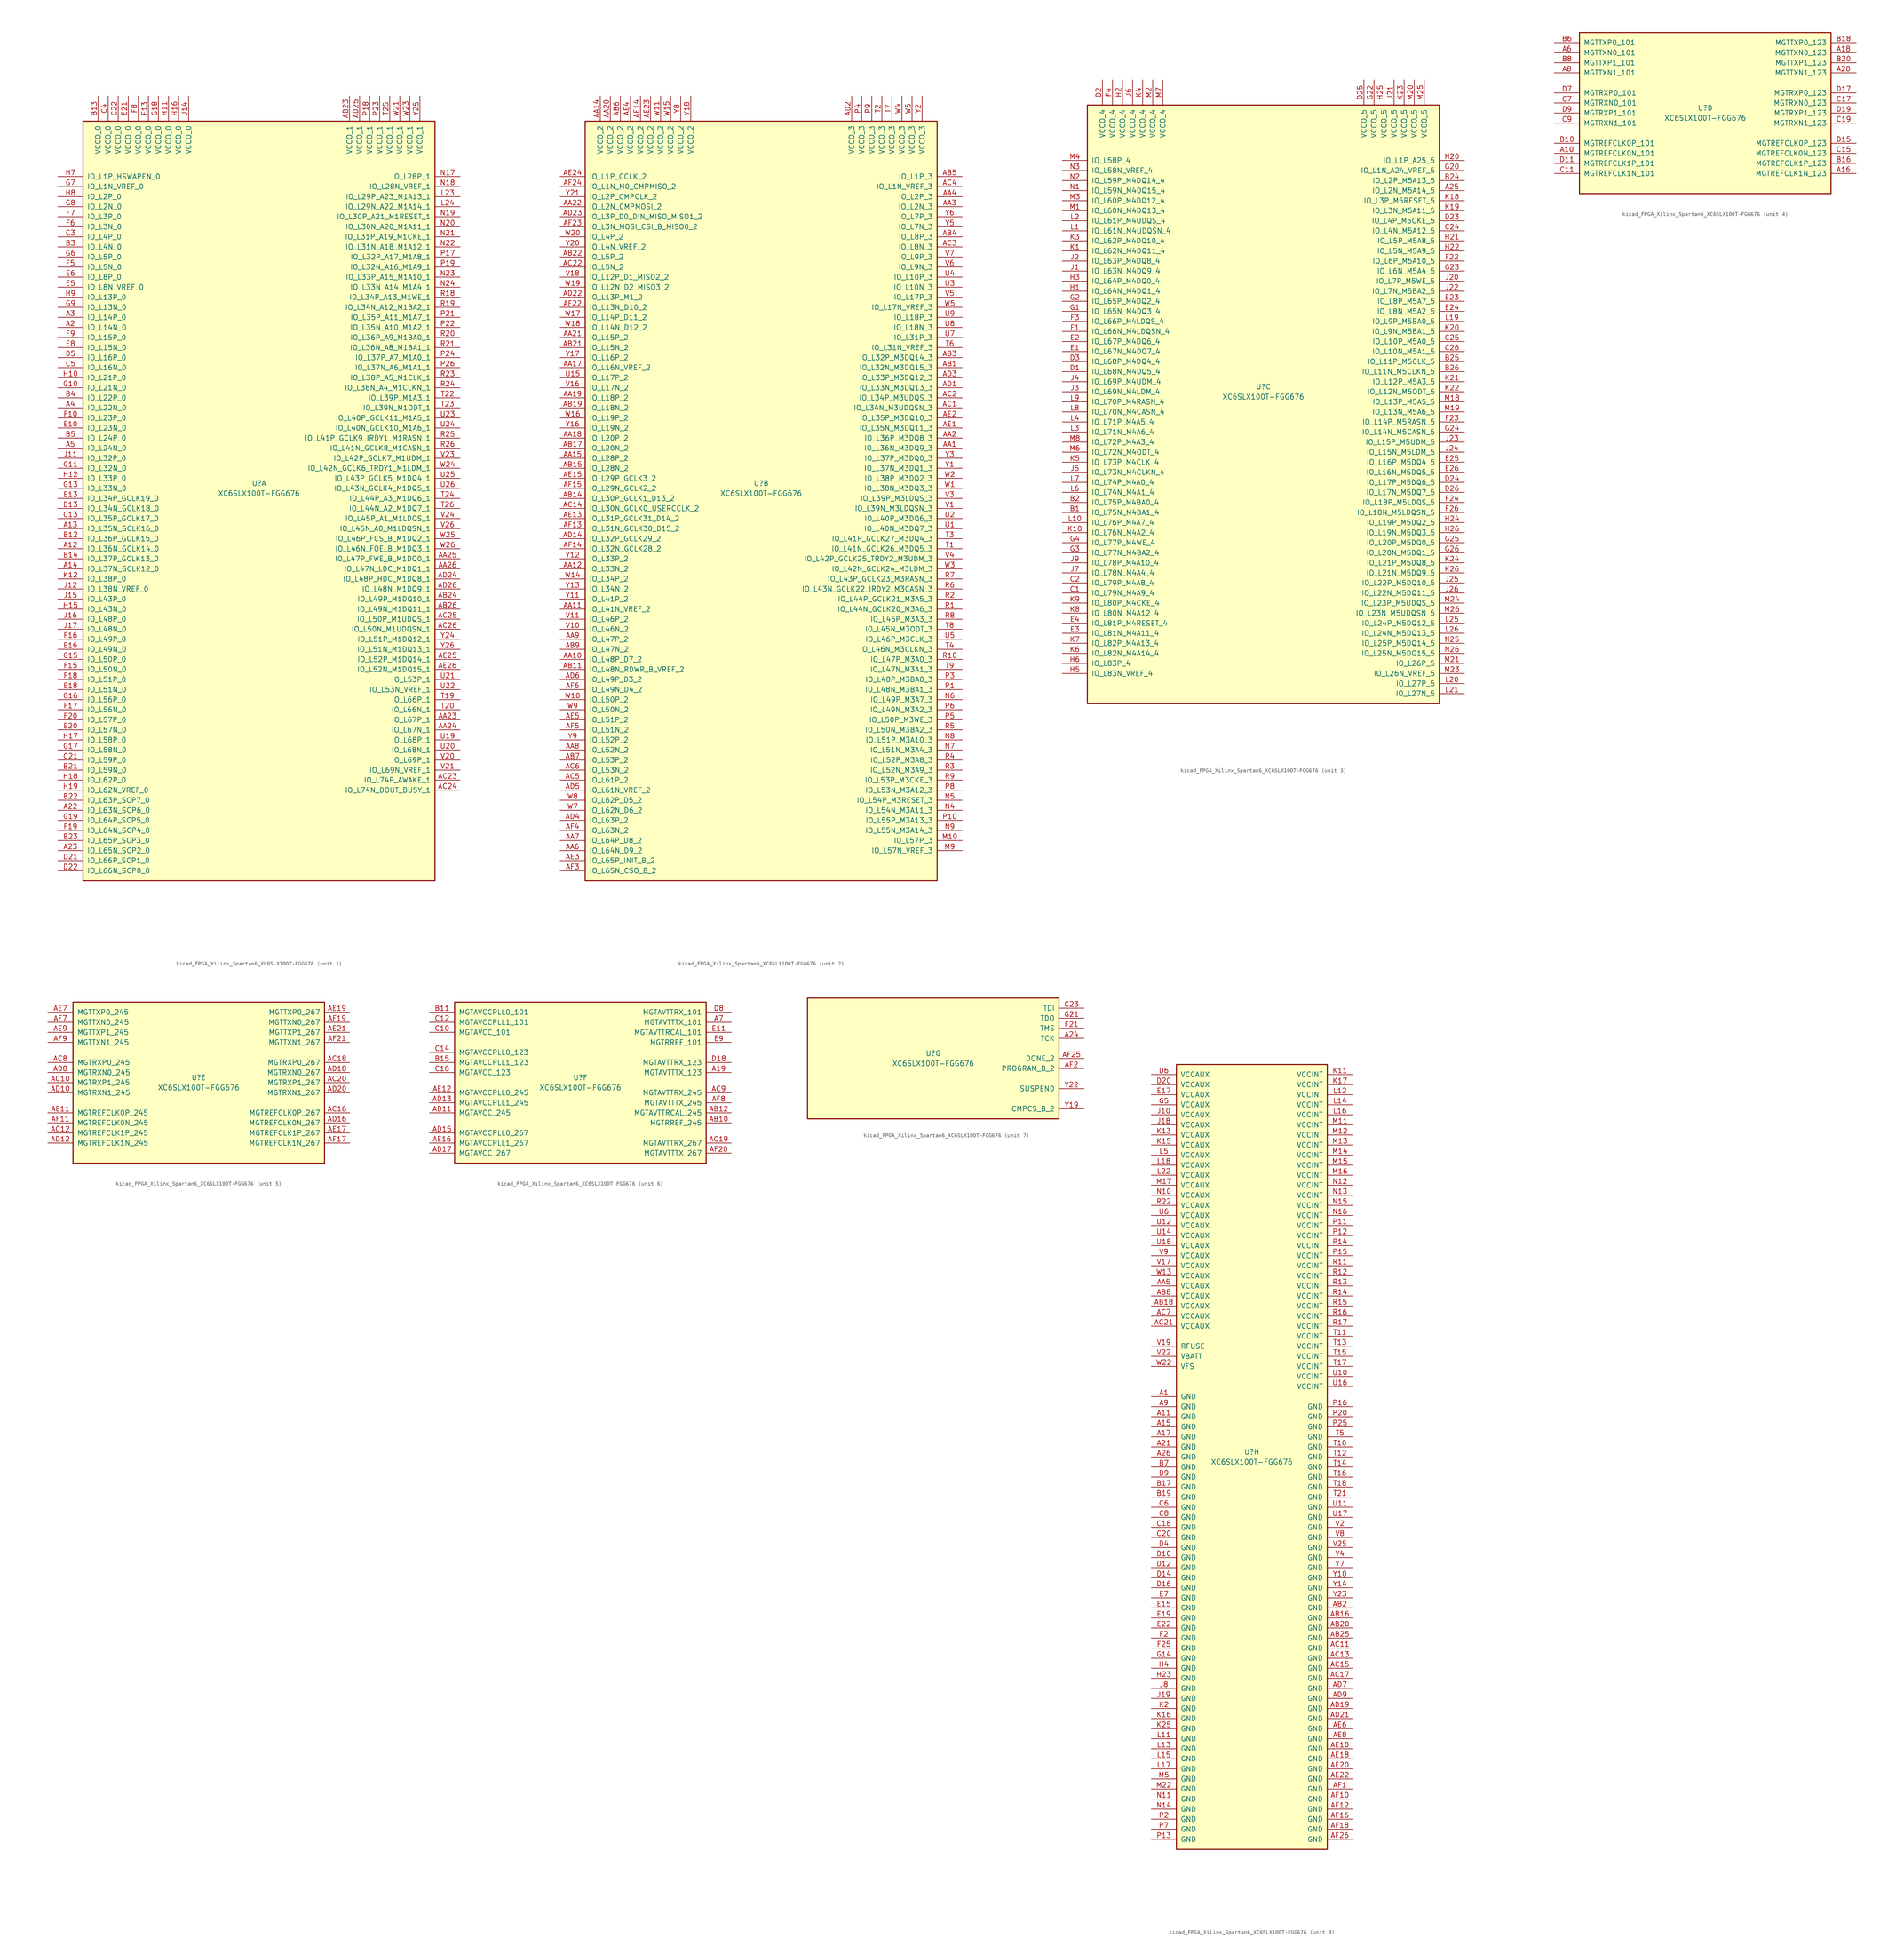
<source format=kicad_sym>
(kicad_symbol_lib
  (version 20220914)
  (generator kicad_symbol_editor)
  (symbol "kicad_FPGA_Xilinx_Spartan6_XC6SLX100T-FGG676"
    (pin_names
      (offset 1.016))
    (property "Reference" "U"
      (at 0 1.27 0)
      (effects (font (size 1.27 1.27))))
    (property "Value" "XC6SLX100T-FGG676"
      (at 0 -1.27 0)
      (effects (font (size 1.27 1.27))))
    (property "Datasheet" ""
      (at 0 0 0)
      (effects (font (size 1.27 1.27))))
    (property "ki_locked" ""
      (at 0 0 0)
      (effects (font (size 1.27 1.27))))
    (symbol "kicad_FPGA_Xilinx_Spartan6_XC6SLX100T-FGG676_1_1"
      (rectangle (start -44.45 92.71) (end 44.45 -99.06) (stroke (width 0.254) (type default)) (fill (type background)))
      (pin bidirectional line (at -50.8 -15.24 0) (length 6.35) (name "IO_L36N_GCLK14_0" (effects (font (size 1.27 1.27)))) (number "A12" (effects (font (size 1.27 1.27)))))
      (pin bidirectional line (at -50.8 -10.16 0) (length 6.35) (name "IO_L35N_GCLK16_0" (effects (font (size 1.27 1.27)))) (number "A13" (effects (font (size 1.27 1.27)))))
      (pin bidirectional line (at -50.8 -20.32 0) (length 6.35) (name "IO_L37N_GCLK12_0" (effects (font (size 1.27 1.27)))) (number "A14" (effects (font (size 1.27 1.27)))))
      (pin bidirectional line (at -50.8 40.64 0) (length 6.35) (name "IO_L14N_0" (effects (font (size 1.27 1.27)))) (number "A2" (effects (font (size 1.27 1.27)))))
      (pin bidirectional line (at -50.8 -81.28 0) (length 6.35) (name "IO_L63N_SCP6_0" (effects (font (size 1.27 1.27)))) (number "A22" (effects (font (size 1.27 1.27)))))
      (pin bidirectional line (at -50.8 -91.44 0) (length 6.35) (name "IO_L65N_SCP2_0" (effects (font (size 1.27 1.27)))) (number "A23" (effects (font (size 1.27 1.27)))))
      (pin bidirectional line (at -50.8 43.18 0) (length 6.35) (name "IO_L14P_0" (effects (font (size 1.27 1.27)))) (number "A3" (effects (font (size 1.27 1.27)))))
      (pin bidirectional line (at -50.8 20.32 0) (length 6.35) (name "IO_L22N_0" (effects (font (size 1.27 1.27)))) (number "A4" (effects (font (size 1.27 1.27)))))
      (pin bidirectional line (at -50.8 10.16 0) (length 6.35) (name "IO_L24N_0" (effects (font (size 1.27 1.27)))) (number "A5" (effects (font (size 1.27 1.27)))))
      (pin bidirectional line (at 50.8 -58.42 180) (length 6.35) (name "IO_L67P_1" (effects (font (size 1.27 1.27)))) (number "AA23" (effects (font (size 1.27 1.27)))))
      (pin bidirectional line (at 50.8 -60.96 180) (length 6.35) (name "IO_L67N_1" (effects (font (size 1.27 1.27)))) (number "AA24" (effects (font (size 1.27 1.27)))))
      (pin bidirectional line (at 50.8 -17.78 180) (length 6.35) (name "IO_L47P_FWE_B_M1DQ0_1" (effects (font (size 1.27 1.27)))) (number "AA25" (effects (font (size 1.27 1.27)))))
      (pin bidirectional line (at 50.8 -20.32 180) (length 6.35) (name "IO_L47N_LDC_M1DQ1_1" (effects (font (size 1.27 1.27)))) (number "AA26" (effects (font (size 1.27 1.27)))))
      (pin power_in line (at 22.86 99.06 270) (length 6.35) (name "VCCO_1" (effects (font (size 1.27 1.27)))) (number "AB23" (effects (font (size 1.27 1.27)))))
      (pin bidirectional line (at 50.8 -27.94 180) (length 6.35) (name "IO_L49P_M1DQ10_1" (effects (font (size 1.27 1.27)))) (number "AB24" (effects (font (size 1.27 1.27)))))
      (pin bidirectional line (at 50.8 -30.48 180) (length 6.35) (name "IO_L49N_M1DQ11_1" (effects (font (size 1.27 1.27)))) (number "AB26" (effects (font (size 1.27 1.27)))))
      (pin bidirectional line (at 50.8 -73.66 180) (length 6.35) (name "IO_L74P_AWAKE_1" (effects (font (size 1.27 1.27)))) (number "AC23" (effects (font (size 1.27 1.27)))))
      (pin bidirectional line (at 50.8 -76.2 180) (length 6.35) (name "IO_L74N_DOUT_BUSY_1" (effects (font (size 1.27 1.27)))) (number "AC24" (effects (font (size 1.27 1.27)))))
      (pin bidirectional line (at 50.8 -33.02 180) (length 6.35) (name "IO_L50P_M1UDQS_1" (effects (font (size 1.27 1.27)))) (number "AC25" (effects (font (size 1.27 1.27)))))
      (pin bidirectional line (at 50.8 -35.56 180) (length 6.35) (name "IO_L50N_M1UDQSN_1" (effects (font (size 1.27 1.27)))) (number "AC26" (effects (font (size 1.27 1.27)))))
      (pin bidirectional line (at 50.8 -22.86 180) (length 6.35) (name "IO_L48P_HDC_M1DQ8_1" (effects (font (size 1.27 1.27)))) (number "AD24" (effects (font (size 1.27 1.27)))))
      (pin power_in line (at 25.4 99.06 270) (length 6.35) (name "VCCO_1" (effects (font (size 1.27 1.27)))) (number "AD25" (effects (font (size 1.27 1.27)))))
      (pin bidirectional line (at 50.8 -25.4 180) (length 6.35) (name "IO_L48N_M1DQ9_1" (effects (font (size 1.27 1.27)))) (number "AD26" (effects (font (size 1.27 1.27)))))
      (pin bidirectional line (at 50.8 -43.18 180) (length 6.35) (name "IO_L52P_M1DQ14_1" (effects (font (size 1.27 1.27)))) (number "AE25" (effects (font (size 1.27 1.27)))))
      (pin bidirectional line (at 50.8 -45.72 180) (length 6.35) (name "IO_L52N_M1DQ15_1" (effects (font (size 1.27 1.27)))) (number "AE26" (effects (font (size 1.27 1.27)))))
      (pin bidirectional line (at -50.8 -12.7 0) (length 6.35) (name "IO_L36P_GCLK15_0" (effects (font (size 1.27 1.27)))) (number "B12" (effects (font (size 1.27 1.27)))))
      (pin power_in line (at -40.64 99.06 270) (length 6.35) (name "VCCO_0" (effects (font (size 1.27 1.27)))) (number "B13" (effects (font (size 1.27 1.27)))))
      (pin bidirectional line (at -50.8 -17.78 0) (length 6.35) (name "IO_L37P_GCLK13_0" (effects (font (size 1.27 1.27)))) (number "B14" (effects (font (size 1.27 1.27)))))
      (pin bidirectional line (at -50.8 -71.12 0) (length 6.35) (name "IO_L59N_0" (effects (font (size 1.27 1.27)))) (number "B21" (effects (font (size 1.27 1.27)))))
      (pin bidirectional line (at -50.8 -78.74 0) (length 6.35) (name "IO_L63P_SCP7_0" (effects (font (size 1.27 1.27)))) (number "B22" (effects (font (size 1.27 1.27)))))
      (pin bidirectional line (at -50.8 -88.9 0) (length 6.35) (name "IO_L65P_SCP3_0" (effects (font (size 1.27 1.27)))) (number "B23" (effects (font (size 1.27 1.27)))))
      (pin bidirectional line (at -50.8 60.96 0) (length 6.35) (name "IO_L4N_0" (effects (font (size 1.27 1.27)))) (number "B3" (effects (font (size 1.27 1.27)))))
      (pin bidirectional line (at -50.8 22.86 0) (length 6.35) (name "IO_L22P_0" (effects (font (size 1.27 1.27)))) (number "B4" (effects (font (size 1.27 1.27)))))
      (pin bidirectional line (at -50.8 12.7 0) (length 6.35) (name "IO_L24P_0" (effects (font (size 1.27 1.27)))) (number "B5" (effects (font (size 1.27 1.27)))))
      (pin bidirectional line (at -50.8 -7.62 0) (length 6.35) (name "IO_L35P_GCLK17_0" (effects (font (size 1.27 1.27)))) (number "C13" (effects (font (size 1.27 1.27)))))
      (pin bidirectional line (at -50.8 -68.58 0) (length 6.35) (name "IO_L59P_0" (effects (font (size 1.27 1.27)))) (number "C21" (effects (font (size 1.27 1.27)))))
      (pin power_in line (at -35.56 99.06 270) (length 6.35) (name "VCCO_0" (effects (font (size 1.27 1.27)))) (number "C22" (effects (font (size 1.27 1.27)))))
      (pin bidirectional line (at -50.8 63.5 0) (length 6.35) (name "IO_L4P_0" (effects (font (size 1.27 1.27)))) (number "C3" (effects (font (size 1.27 1.27)))))
      (pin power_in line (at -38.1 99.06 270) (length 6.35) (name "VCCO_0" (effects (font (size 1.27 1.27)))) (number "C4" (effects (font (size 1.27 1.27)))))
      (pin bidirectional line (at -50.8 30.48 0) (length 6.35) (name "IO_L16N_0" (effects (font (size 1.27 1.27)))) (number "C5" (effects (font (size 1.27 1.27)))))
      (pin bidirectional line (at -50.8 -5.08 0) (length 6.35) (name "IO_L34N_GCLK18_0" (effects (font (size 1.27 1.27)))) (number "D13" (effects (font (size 1.27 1.27)))))
      (pin bidirectional line (at -50.8 -93.98 0) (length 6.35) (name "IO_L66P_SCP1_0" (effects (font (size 1.27 1.27)))) (number "D21" (effects (font (size 1.27 1.27)))))
      (pin bidirectional line (at -50.8 -96.52 0) (length 6.35) (name "IO_L66N_SCP0_0" (effects (font (size 1.27 1.27)))) (number "D22" (effects (font (size 1.27 1.27)))))
      (pin bidirectional line (at -50.8 33.02 0) (length 6.35) (name "IO_L16P_0" (effects (font (size 1.27 1.27)))) (number "D5" (effects (font (size 1.27 1.27)))))
      (pin bidirectional line (at -50.8 15.24 0) (length 6.35) (name "IO_L23N_0" (effects (font (size 1.27 1.27)))) (number "E10" (effects (font (size 1.27 1.27)))))
      (pin bidirectional line (at -50.8 -2.54 0) (length 6.35) (name "IO_L34P_GCLK19_0" (effects (font (size 1.27 1.27)))) (number "E13" (effects (font (size 1.27 1.27)))))
      (pin bidirectional line (at -50.8 -40.64 0) (length 6.35) (name "IO_L49N_0" (effects (font (size 1.27 1.27)))) (number "E16" (effects (font (size 1.27 1.27)))))
      (pin bidirectional line (at -50.8 -50.8 0) (length 6.35) (name "IO_L51N_0" (effects (font (size 1.27 1.27)))) (number "E18" (effects (font (size 1.27 1.27)))))
      (pin bidirectional line (at -50.8 -60.96 0) (length 6.35) (name "IO_L57N_0" (effects (font (size 1.27 1.27)))) (number "E20" (effects (font (size 1.27 1.27)))))
      (pin power_in line (at -33.02 99.06 270) (length 6.35) (name "VCCO_0" (effects (font (size 1.27 1.27)))) (number "E21" (effects (font (size 1.27 1.27)))))
      (pin bidirectional line (at -50.8 50.8 0) (length 6.35) (name "IO_L8N_VREF_0" (effects (font (size 1.27 1.27)))) (number "E5" (effects (font (size 1.27 1.27)))))
      (pin bidirectional line (at -50.8 53.34 0) (length 6.35) (name "IO_L8P_0" (effects (font (size 1.27 1.27)))) (number "E6" (effects (font (size 1.27 1.27)))))
      (pin bidirectional line (at -50.8 35.56 0) (length 6.35) (name "IO_L15N_0" (effects (font (size 1.27 1.27)))) (number "E8" (effects (font (size 1.27 1.27)))))
      (pin bidirectional line (at -50.8 17.78 0) (length 6.35) (name "IO_L23P_0" (effects (font (size 1.27 1.27)))) (number "F10" (effects (font (size 1.27 1.27)))))
      (pin power_in line (at -27.94 99.06 270) (length 6.35) (name "VCCO_0" (effects (font (size 1.27 1.27)))) (number "F13" (effects (font (size 1.27 1.27)))))
      (pin bidirectional line (at -50.8 -45.72 0) (length 6.35) (name "IO_L50N_0" (effects (font (size 1.27 1.27)))) (number "F15" (effects (font (size 1.27 1.27)))))
      (pin bidirectional line (at -50.8 -38.1 0) (length 6.35) (name "IO_L49P_0" (effects (font (size 1.27 1.27)))) (number "F16" (effects (font (size 1.27 1.27)))))
      (pin bidirectional line (at -50.8 -55.88 0) (length 6.35) (name "IO_L56N_0" (effects (font (size 1.27 1.27)))) (number "F17" (effects (font (size 1.27 1.27)))))
      (pin bidirectional line (at -50.8 -48.26 0) (length 6.35) (name "IO_L51P_0" (effects (font (size 1.27 1.27)))) (number "F18" (effects (font (size 1.27 1.27)))))
      (pin bidirectional line (at -50.8 -86.36 0) (length 6.35) (name "IO_L64N_SCP4_0" (effects (font (size 1.27 1.27)))) (number "F19" (effects (font (size 1.27 1.27)))))
      (pin bidirectional line (at -50.8 -58.42 0) (length 6.35) (name "IO_L57P_0" (effects (font (size 1.27 1.27)))) (number "F20" (effects (font (size 1.27 1.27)))))
      (pin bidirectional line (at -50.8 55.88 0) (length 6.35) (name "IO_L5N_0" (effects (font (size 1.27 1.27)))) (number "F5" (effects (font (size 1.27 1.27)))))
      (pin bidirectional line (at -50.8 66.04 0) (length 6.35) (name "IO_L3N_0" (effects (font (size 1.27 1.27)))) (number "F6" (effects (font (size 1.27 1.27)))))
      (pin bidirectional line (at -50.8 68.58 0) (length 6.35) (name "IO_L3P_0" (effects (font (size 1.27 1.27)))) (number "F7" (effects (font (size 1.27 1.27)))))
      (pin power_in line (at -30.48 99.06 270) (length 6.35) (name "VCCO_0" (effects (font (size 1.27 1.27)))) (number "F8" (effects (font (size 1.27 1.27)))))
      (pin bidirectional line (at -50.8 38.1 0) (length 6.35) (name "IO_L15P_0" (effects (font (size 1.27 1.27)))) (number "F9" (effects (font (size 1.27 1.27)))))
      (pin bidirectional line (at -50.8 25.4 0) (length 6.35) (name "IO_L21N_0" (effects (font (size 1.27 1.27)))) (number "G10" (effects (font (size 1.27 1.27)))))
      (pin bidirectional line (at -50.8 5.08 0) (length 6.35) (name "IO_L32N_0" (effects (font (size 1.27 1.27)))) (number "G11" (effects (font (size 1.27 1.27)))))
      (pin bidirectional line (at -50.8 0 0) (length 6.35) (name "IO_L33N_0" (effects (font (size 1.27 1.27)))) (number "G13" (effects (font (size 1.27 1.27)))))
      (pin bidirectional line (at -50.8 -43.18 0) (length 6.35) (name "IO_L50P_0" (effects (font (size 1.27 1.27)))) (number "G15" (effects (font (size 1.27 1.27)))))
      (pin bidirectional line (at -50.8 -53.34 0) (length 6.35) (name "IO_L56P_0" (effects (font (size 1.27 1.27)))) (number "G16" (effects (font (size 1.27 1.27)))))
      (pin bidirectional line (at -50.8 -66.04 0) (length 6.35) (name "IO_L58N_0" (effects (font (size 1.27 1.27)))) (number "G17" (effects (font (size 1.27 1.27)))))
      (pin power_in line (at -25.4 99.06 270) (length 6.35) (name "VCCO_0" (effects (font (size 1.27 1.27)))) (number "G18" (effects (font (size 1.27 1.27)))))
      (pin bidirectional line (at -50.8 -83.82 0) (length 6.35) (name "IO_L64P_SCP5_0" (effects (font (size 1.27 1.27)))) (number "G19" (effects (font (size 1.27 1.27)))))
      (pin bidirectional line (at -50.8 58.42 0) (length 6.35) (name "IO_L5P_0" (effects (font (size 1.27 1.27)))) (number "G6" (effects (font (size 1.27 1.27)))))
      (pin bidirectional line (at -50.8 76.2 0) (length 6.35) (name "IO_L1N_VREF_0" (effects (font (size 1.27 1.27)))) (number "G7" (effects (font (size 1.27 1.27)))))
      (pin bidirectional line (at -50.8 71.12 0) (length 6.35) (name "IO_L2N_0" (effects (font (size 1.27 1.27)))) (number "G8" (effects (font (size 1.27 1.27)))))
      (pin bidirectional line (at -50.8 45.72 0) (length 6.35) (name "IO_L13N_0" (effects (font (size 1.27 1.27)))) (number "G9" (effects (font (size 1.27 1.27)))))
      (pin bidirectional line (at -50.8 27.94 0) (length 6.35) (name "IO_L21P_0" (effects (font (size 1.27 1.27)))) (number "H10" (effects (font (size 1.27 1.27)))))
      (pin power_in line (at -22.86 99.06 270) (length 6.35) (name "VCCO_0" (effects (font (size 1.27 1.27)))) (number "H11" (effects (font (size 1.27 1.27)))))
      (pin bidirectional line (at -50.8 2.54 0) (length 6.35) (name "IO_L33P_0" (effects (font (size 1.27 1.27)))) (number "H12" (effects (font (size 1.27 1.27)))))
      (pin bidirectional line (at -50.8 -30.48 0) (length 6.35) (name "IO_L43N_0" (effects (font (size 1.27 1.27)))) (number "H15" (effects (font (size 1.27 1.27)))))
      (pin power_in line (at -20.32 99.06 270) (length 6.35) (name "VCCO_0" (effects (font (size 1.27 1.27)))) (number "H16" (effects (font (size 1.27 1.27)))))
      (pin bidirectional line (at -50.8 -63.5 0) (length 6.35) (name "IO_L58P_0" (effects (font (size 1.27 1.27)))) (number "H17" (effects (font (size 1.27 1.27)))))
      (pin bidirectional line (at -50.8 -73.66 0) (length 6.35) (name "IO_L62P_0" (effects (font (size 1.27 1.27)))) (number "H18" (effects (font (size 1.27 1.27)))))
      (pin bidirectional line (at -50.8 -76.2 0) (length 6.35) (name "IO_L62N_VREF_0" (effects (font (size 1.27 1.27)))) (number "H19" (effects (font (size 1.27 1.27)))))
      (pin bidirectional line (at -50.8 78.74 0) (length 6.35) (name "IO_L1P_HSWAPEN_0" (effects (font (size 1.27 1.27)))) (number "H7" (effects (font (size 1.27 1.27)))))
      (pin bidirectional line (at -50.8 73.66 0) (length 6.35) (name "IO_L2P_0" (effects (font (size 1.27 1.27)))) (number "H8" (effects (font (size 1.27 1.27)))))
      (pin bidirectional line (at -50.8 48.26 0) (length 6.35) (name "IO_L13P_0" (effects (font (size 1.27 1.27)))) (number "H9" (effects (font (size 1.27 1.27)))))
      (pin bidirectional line (at -50.8 7.62 0) (length 6.35) (name "IO_L32P_0" (effects (font (size 1.27 1.27)))) (number "J11" (effects (font (size 1.27 1.27)))))
      (pin bidirectional line (at -50.8 -25.4 0) (length 6.35) (name "IO_L38N_VREF_0" (effects (font (size 1.27 1.27)))) (number "J12" (effects (font (size 1.27 1.27)))))
      (pin power_in line (at -17.78 99.06 270) (length 6.35) (name "VCCO_0" (effects (font (size 1.27 1.27)))) (number "J14" (effects (font (size 1.27 1.27)))))
      (pin bidirectional line (at -50.8 -27.94 0) (length 6.35) (name "IO_L43P_0" (effects (font (size 1.27 1.27)))) (number "J15" (effects (font (size 1.27 1.27)))))
      (pin bidirectional line (at -50.8 -33.02 0) (length 6.35) (name "IO_L48P_0" (effects (font (size 1.27 1.27)))) (number "J16" (effects (font (size 1.27 1.27)))))
      (pin bidirectional line (at -50.8 -35.56 0) (length 6.35) (name "IO_L48N_0" (effects (font (size 1.27 1.27)))) (number "J17" (effects (font (size 1.27 1.27)))))
      (pin bidirectional line (at -50.8 -22.86 0) (length 6.35) (name "IO_L38P_0" (effects (font (size 1.27 1.27)))) (number "K12" (effects (font (size 1.27 1.27)))))
      (pin bidirectional line (at 50.8 73.66 180) (length 6.35) (name "IO_L29P_A23_M1A13_1" (effects (font (size 1.27 1.27)))) (number "L23" (effects (font (size 1.27 1.27)))))
      (pin bidirectional line (at 50.8 71.12 180) (length 6.35) (name "IO_L29N_A22_M1A14_1" (effects (font (size 1.27 1.27)))) (number "L24" (effects (font (size 1.27 1.27)))))
      (pin bidirectional line (at 50.8 78.74 180) (length 6.35) (name "IO_L28P_1" (effects (font (size 1.27 1.27)))) (number "N17" (effects (font (size 1.27 1.27)))))
      (pin bidirectional line (at 50.8 76.2 180) (length 6.35) (name "IO_L28N_VREF_1" (effects (font (size 1.27 1.27)))) (number "N18" (effects (font (size 1.27 1.27)))))
      (pin bidirectional line (at 50.8 68.58 180) (length 6.35) (name "IO_L30P_A21_M1RESET_1" (effects (font (size 1.27 1.27)))) (number "N19" (effects (font (size 1.27 1.27)))))
      (pin bidirectional line (at 50.8 66.04 180) (length 6.35) (name "IO_L30N_A20_M1A11_1" (effects (font (size 1.27 1.27)))) (number "N20" (effects (font (size 1.27 1.27)))))
      (pin bidirectional line (at 50.8 63.5 180) (length 6.35) (name "IO_L31P_A19_M1CKE_1" (effects (font (size 1.27 1.27)))) (number "N21" (effects (font (size 1.27 1.27)))))
      (pin bidirectional line (at 50.8 60.96 180) (length 6.35) (name "IO_L31N_A18_M1A12_1" (effects (font (size 1.27 1.27)))) (number "N22" (effects (font (size 1.27 1.27)))))
      (pin bidirectional line (at 50.8 53.34 180) (length 6.35) (name "IO_L33P_A15_M1A10_1" (effects (font (size 1.27 1.27)))) (number "N23" (effects (font (size 1.27 1.27)))))
      (pin bidirectional line (at 50.8 50.8 180) (length 6.35) (name "IO_L33N_A14_M1A4_1" (effects (font (size 1.27 1.27)))) (number "N24" (effects (font (size 1.27 1.27)))))
      (pin bidirectional line (at 50.8 58.42 180) (length 6.35) (name "IO_L32P_A17_M1A8_1" (effects (font (size 1.27 1.27)))) (number "P17" (effects (font (size 1.27 1.27)))))
      (pin power_in line (at 27.94 99.06 270) (length 6.35) (name "VCCO_1" (effects (font (size 1.27 1.27)))) (number "P18" (effects (font (size 1.27 1.27)))))
      (pin bidirectional line (at 50.8 55.88 180) (length 6.35) (name "IO_L32N_A16_M1A9_1" (effects (font (size 1.27 1.27)))) (number "P19" (effects (font (size 1.27 1.27)))))
      (pin bidirectional line (at 50.8 43.18 180) (length 6.35) (name "IO_L35P_A11_M1A7_1" (effects (font (size 1.27 1.27)))) (number "P21" (effects (font (size 1.27 1.27)))))
      (pin bidirectional line (at 50.8 40.64 180) (length 6.35) (name "IO_L35N_A10_M1A2_1" (effects (font (size 1.27 1.27)))) (number "P22" (effects (font (size 1.27 1.27)))))
      (pin power_in line (at 30.48 99.06 270) (length 6.35) (name "VCCO_1" (effects (font (size 1.27 1.27)))) (number "P23" (effects (font (size 1.27 1.27)))))
      (pin bidirectional line (at 50.8 33.02 180) (length 6.35) (name "IO_L37P_A7_M1A0_1" (effects (font (size 1.27 1.27)))) (number "P24" (effects (font (size 1.27 1.27)))))
      (pin bidirectional line (at 50.8 30.48 180) (length 6.35) (name "IO_L37N_A6_M1A1_1" (effects (font (size 1.27 1.27)))) (number "P26" (effects (font (size 1.27 1.27)))))
      (pin bidirectional line (at 50.8 48.26 180) (length 6.35) (name "IO_L34P_A13_M1WE_1" (effects (font (size 1.27 1.27)))) (number "R18" (effects (font (size 1.27 1.27)))))
      (pin bidirectional line (at 50.8 45.72 180) (length 6.35) (name "IO_L34N_A12_M1BA2_1" (effects (font (size 1.27 1.27)))) (number "R19" (effects (font (size 1.27 1.27)))))
      (pin bidirectional line (at 50.8 38.1 180) (length 6.35) (name "IO_L36P_A9_M1BA0_1" (effects (font (size 1.27 1.27)))) (number "R20" (effects (font (size 1.27 1.27)))))
      (pin bidirectional line (at 50.8 35.56 180) (length 6.35) (name "IO_L36N_A8_M1BA1_1" (effects (font (size 1.27 1.27)))) (number "R21" (effects (font (size 1.27 1.27)))))
      (pin bidirectional line (at 50.8 27.94 180) (length 6.35) (name "IO_L38P_A5_M1CLK_1" (effects (font (size 1.27 1.27)))) (number "R23" (effects (font (size 1.27 1.27)))))
      (pin bidirectional line (at 50.8 25.4 180) (length 6.35) (name "IO_L38N_A4_M1CLKN_1" (effects (font (size 1.27 1.27)))) (number "R24" (effects (font (size 1.27 1.27)))))
      (pin bidirectional line (at 50.8 12.7 180) (length 6.35) (name "IO_L41P_GCLK9_IRDY1_M1RASN_1" (effects (font (size 1.27 1.27)))) (number "R25" (effects (font (size 1.27 1.27)))))
      (pin bidirectional line (at 50.8 10.16 180) (length 6.35) (name "IO_L41N_GCLK8_M1CASN_1" (effects (font (size 1.27 1.27)))) (number "R26" (effects (font (size 1.27 1.27)))))
      (pin bidirectional line (at 50.8 -53.34 180) (length 6.35) (name "IO_L66P_1" (effects (font (size 1.27 1.27)))) (number "T19" (effects (font (size 1.27 1.27)))))
      (pin bidirectional line (at 50.8 -55.88 180) (length 6.35) (name "IO_L66N_1" (effects (font (size 1.27 1.27)))) (number "T20" (effects (font (size 1.27 1.27)))))
      (pin bidirectional line (at 50.8 22.86 180) (length 6.35) (name "IO_L39P_M1A3_1" (effects (font (size 1.27 1.27)))) (number "T22" (effects (font (size 1.27 1.27)))))
      (pin bidirectional line (at 50.8 20.32 180) (length 6.35) (name "IO_L39N_M1ODT_1" (effects (font (size 1.27 1.27)))) (number "T23" (effects (font (size 1.27 1.27)))))
      (pin bidirectional line (at 50.8 -2.54 180) (length 6.35) (name "IO_L44P_A3_M1DQ6_1" (effects (font (size 1.27 1.27)))) (number "T24" (effects (font (size 1.27 1.27)))))
      (pin power_in line (at 33.02 99.06 270) (length 6.35) (name "VCCO_1" (effects (font (size 1.27 1.27)))) (number "T25" (effects (font (size 1.27 1.27)))))
      (pin bidirectional line (at 50.8 -5.08 180) (length 6.35) (name "IO_L44N_A2_M1DQ7_1" (effects (font (size 1.27 1.27)))) (number "T26" (effects (font (size 1.27 1.27)))))
      (pin bidirectional line (at 50.8 -63.5 180) (length 6.35) (name "IO_L68P_1" (effects (font (size 1.27 1.27)))) (number "U19" (effects (font (size 1.27 1.27)))))
      (pin bidirectional line (at 50.8 -66.04 180) (length 6.35) (name "IO_L68N_1" (effects (font (size 1.27 1.27)))) (number "U20" (effects (font (size 1.27 1.27)))))
      (pin bidirectional line (at 50.8 -48.26 180) (length 6.35) (name "IO_L53P_1" (effects (font (size 1.27 1.27)))) (number "U21" (effects (font (size 1.27 1.27)))))
      (pin bidirectional line (at 50.8 -50.8 180) (length 6.35) (name "IO_L53N_VREF_1" (effects (font (size 1.27 1.27)))) (number "U22" (effects (font (size 1.27 1.27)))))
      (pin bidirectional line (at 50.8 17.78 180) (length 6.35) (name "IO_L40P_GCLK11_M1A5_1" (effects (font (size 1.27 1.27)))) (number "U23" (effects (font (size 1.27 1.27)))))
      (pin bidirectional line (at 50.8 15.24 180) (length 6.35) (name "IO_L40N_GCLK10_M1A6_1" (effects (font (size 1.27 1.27)))) (number "U24" (effects (font (size 1.27 1.27)))))
      (pin bidirectional line (at 50.8 2.54 180) (length 6.35) (name "IO_L43P_GCLK5_M1DQ4_1" (effects (font (size 1.27 1.27)))) (number "U25" (effects (font (size 1.27 1.27)))))
      (pin bidirectional line (at 50.8 0 180) (length 6.35) (name "IO_L43N_GCLK4_M1DQ5_1" (effects (font (size 1.27 1.27)))) (number "U26" (effects (font (size 1.27 1.27)))))
      (pin bidirectional line (at 50.8 -68.58 180) (length 6.35) (name "IO_L69P_1" (effects (font (size 1.27 1.27)))) (number "V20" (effects (font (size 1.27 1.27)))))
      (pin bidirectional line (at 50.8 -71.12 180) (length 6.35) (name "IO_L69N_VREF_1" (effects (font (size 1.27 1.27)))) (number "V21" (effects (font (size 1.27 1.27)))))
      (pin bidirectional line (at 50.8 7.62 180) (length 6.35) (name "IO_L42P_GCLK7_M1UDM_1" (effects (font (size 1.27 1.27)))) (number "V23" (effects (font (size 1.27 1.27)))))
      (pin bidirectional line (at 50.8 -7.62 180) (length 6.35) (name "IO_L45P_A1_M1LDQS_1" (effects (font (size 1.27 1.27)))) (number "V24" (effects (font (size 1.27 1.27)))))
      (pin bidirectional line (at 50.8 -10.16 180) (length 6.35) (name "IO_L45N_A0_M1LDQSN_1" (effects (font (size 1.27 1.27)))) (number "V26" (effects (font (size 1.27 1.27)))))
      (pin power_in line (at 35.56 99.06 270) (length 6.35) (name "VCCO_1" (effects (font (size 1.27 1.27)))) (number "W21" (effects (font (size 1.27 1.27)))))
      (pin power_in line (at 38.1 99.06 270) (length 6.35) (name "VCCO_1" (effects (font (size 1.27 1.27)))) (number "W23" (effects (font (size 1.27 1.27)))))
      (pin bidirectional line (at 50.8 5.08 180) (length 6.35) (name "IO_L42N_GCLK6_TRDY1_M1LDM_1" (effects (font (size 1.27 1.27)))) (number "W24" (effects (font (size 1.27 1.27)))))
      (pin bidirectional line (at 50.8 -12.7 180) (length 6.35) (name "IO_L46P_FCS_B_M1DQ2_1" (effects (font (size 1.27 1.27)))) (number "W25" (effects (font (size 1.27 1.27)))))
      (pin bidirectional line (at 50.8 -15.24 180) (length 6.35) (name "IO_L46N_FOE_B_M1DQ3_1" (effects (font (size 1.27 1.27)))) (number "W26" (effects (font (size 1.27 1.27)))))
      (pin bidirectional line (at 50.8 -38.1 180) (length 6.35) (name "IO_L51P_M1DQ12_1" (effects (font (size 1.27 1.27)))) (number "Y24" (effects (font (size 1.27 1.27)))))
      (pin power_in line (at 40.64 99.06 270) (length 6.35) (name "VCCO_1" (effects (font (size 1.27 1.27)))) (number "Y25" (effects (font (size 1.27 1.27)))))
      (pin bidirectional line (at 50.8 -40.64 180) (length 6.35) (name "IO_L51N_M1DQ13_1" (effects (font (size 1.27 1.27)))) (number "Y26" (effects (font (size 1.27 1.27))))))
    (symbol "kicad_FPGA_Xilinx_Spartan6_XC6SLX100T-FGG676_2_1"
      (rectangle (start -44.45 92.71) (end 44.45 -99.06) (stroke (width 0.254) (type default)) (fill (type background)))
      (pin bidirectional line (at 50.8 10.16 180) (length 6.35) (name "IO_L36N_M3DQ9_3" (effects (font (size 1.27 1.27)))) (number "AA1" (effects (font (size 1.27 1.27)))))
      (pin bidirectional line (at -50.8 -43.18 0) (length 6.35) (name "IO_L48P_D7_2" (effects (font (size 1.27 1.27)))) (number "AA10" (effects (font (size 1.27 1.27)))))
      (pin bidirectional line (at -50.8 -30.48 0) (length 6.35) (name "IO_L41N_VREF_2" (effects (font (size 1.27 1.27)))) (number "AA11" (effects (font (size 1.27 1.27)))))
      (pin bidirectional line (at -50.8 -20.32 0) (length 6.35) (name "IO_L33N_2" (effects (font (size 1.27 1.27)))) (number "AA12" (effects (font (size 1.27 1.27)))))
      (pin power_in line (at -40.64 99.06 270) (length 6.35) (name "VCCO_2" (effects (font (size 1.27 1.27)))) (number "AA14" (effects (font (size 1.27 1.27)))))
      (pin bidirectional line (at -50.8 7.62 0) (length 6.35) (name "IO_L28P_2" (effects (font (size 1.27 1.27)))) (number "AA15" (effects (font (size 1.27 1.27)))))
      (pin bidirectional line (at -50.8 30.48 0) (length 6.35) (name "IO_L16N_VREF_2" (effects (font (size 1.27 1.27)))) (number "AA17" (effects (font (size 1.27 1.27)))))
      (pin bidirectional line (at -50.8 12.7 0) (length 6.35) (name "IO_L20P_2" (effects (font (size 1.27 1.27)))) (number "AA18" (effects (font (size 1.27 1.27)))))
      (pin bidirectional line (at -50.8 22.86 0) (length 6.35) (name "IO_L18P_2" (effects (font (size 1.27 1.27)))) (number "AA19" (effects (font (size 1.27 1.27)))))
      (pin bidirectional line (at 50.8 12.7 180) (length 6.35) (name "IO_L36P_M3DQ8_3" (effects (font (size 1.27 1.27)))) (number "AA2" (effects (font (size 1.27 1.27)))))
      (pin power_in line (at -38.1 99.06 270) (length 6.35) (name "VCCO_2" (effects (font (size 1.27 1.27)))) (number "AA20" (effects (font (size 1.27 1.27)))))
      (pin bidirectional line (at -50.8 38.1 0) (length 6.35) (name "IO_L15P_2" (effects (font (size 1.27 1.27)))) (number "AA21" (effects (font (size 1.27 1.27)))))
      (pin bidirectional line (at -50.8 71.12 0) (length 6.35) (name "IO_L2N_CMPMOSI_2" (effects (font (size 1.27 1.27)))) (number "AA22" (effects (font (size 1.27 1.27)))))
      (pin bidirectional line (at 50.8 71.12 180) (length 6.35) (name "IO_L2N_3" (effects (font (size 1.27 1.27)))) (number "AA3" (effects (font (size 1.27 1.27)))))
      (pin bidirectional line (at 50.8 73.66 180) (length 6.35) (name "IO_L2P_3" (effects (font (size 1.27 1.27)))) (number "AA4" (effects (font (size 1.27 1.27)))))
      (pin bidirectional line (at -50.8 -91.44 0) (length 6.35) (name "IO_L64N_D9_2" (effects (font (size 1.27 1.27)))) (number "AA6" (effects (font (size 1.27 1.27)))))
      (pin bidirectional line (at -50.8 -88.9 0) (length 6.35) (name "IO_L64P_D8_2" (effects (font (size 1.27 1.27)))) (number "AA7" (effects (font (size 1.27 1.27)))))
      (pin bidirectional line (at -50.8 -66.04 0) (length 6.35) (name "IO_L52N_2" (effects (font (size 1.27 1.27)))) (number "AA8" (effects (font (size 1.27 1.27)))))
      (pin bidirectional line (at -50.8 -38.1 0) (length 6.35) (name "IO_L47P_2" (effects (font (size 1.27 1.27)))) (number "AA9" (effects (font (size 1.27 1.27)))))
      (pin bidirectional line (at 50.8 30.48 180) (length 6.35) (name "IO_L32N_M3DQ15_3" (effects (font (size 1.27 1.27)))) (number "AB1" (effects (font (size 1.27 1.27)))))
      (pin bidirectional line (at -50.8 -45.72 0) (length 6.35) (name "IO_L48N_RDWR_B_VREF_2" (effects (font (size 1.27 1.27)))) (number "AB11" (effects (font (size 1.27 1.27)))))
      (pin bidirectional line (at -50.8 -2.54 0) (length 6.35) (name "IO_L30P_GCLK1_D13_2" (effects (font (size 1.27 1.27)))) (number "AB14" (effects (font (size 1.27 1.27)))))
      (pin bidirectional line (at -50.8 5.08 0) (length 6.35) (name "IO_L28N_2" (effects (font (size 1.27 1.27)))) (number "AB15" (effects (font (size 1.27 1.27)))))
      (pin bidirectional line (at -50.8 10.16 0) (length 6.35) (name "IO_L20N_2" (effects (font (size 1.27 1.27)))) (number "AB17" (effects (font (size 1.27 1.27)))))
      (pin bidirectional line (at -50.8 20.32 0) (length 6.35) (name "IO_L18N_2" (effects (font (size 1.27 1.27)))) (number "AB19" (effects (font (size 1.27 1.27)))))
      (pin bidirectional line (at -50.8 35.56 0) (length 6.35) (name "IO_L15N_2" (effects (font (size 1.27 1.27)))) (number "AB21" (effects (font (size 1.27 1.27)))))
      (pin bidirectional line (at -50.8 58.42 0) (length 6.35) (name "IO_L5P_2" (effects (font (size 1.27 1.27)))) (number "AB22" (effects (font (size 1.27 1.27)))))
      (pin bidirectional line (at 50.8 33.02 180) (length 6.35) (name "IO_L32P_M3DQ14_3" (effects (font (size 1.27 1.27)))) (number "AB3" (effects (font (size 1.27 1.27)))))
      (pin bidirectional line (at 50.8 63.5 180) (length 6.35) (name "IO_L8P_3" (effects (font (size 1.27 1.27)))) (number "AB4" (effects (font (size 1.27 1.27)))))
      (pin bidirectional line (at 50.8 78.74 180) (length 6.35) (name "IO_L1P_3" (effects (font (size 1.27 1.27)))) (number "AB5" (effects (font (size 1.27 1.27)))))
      (pin power_in line (at -35.56 99.06 270) (length 6.35) (name "VCCO_2" (effects (font (size 1.27 1.27)))) (number "AB6" (effects (font (size 1.27 1.27)))))
      (pin bidirectional line (at -50.8 -68.58 0) (length 6.35) (name "IO_L53P_2" (effects (font (size 1.27 1.27)))) (number "AB7" (effects (font (size 1.27 1.27)))))
      (pin bidirectional line (at -50.8 -40.64 0) (length 6.35) (name "IO_L47N_2" (effects (font (size 1.27 1.27)))) (number "AB9" (effects (font (size 1.27 1.27)))))
      (pin bidirectional line (at 50.8 20.32 180) (length 6.35) (name "IO_L34N_M3UDQSN_3" (effects (font (size 1.27 1.27)))) (number "AC1" (effects (font (size 1.27 1.27)))))
      (pin bidirectional line (at -50.8 -5.08 0) (length 6.35) (name "IO_L30N_GCLK0_USERCCLK_2" (effects (font (size 1.27 1.27)))) (number "AC14" (effects (font (size 1.27 1.27)))))
      (pin bidirectional line (at 50.8 22.86 180) (length 6.35) (name "IO_L34P_M3UDQS_3" (effects (font (size 1.27 1.27)))) (number "AC2" (effects (font (size 1.27 1.27)))))
      (pin bidirectional line (at -50.8 55.88 0) (length 6.35) (name "IO_L5N_2" (effects (font (size 1.27 1.27)))) (number "AC22" (effects (font (size 1.27 1.27)))))
      (pin bidirectional line (at 50.8 60.96 180) (length 6.35) (name "IO_L8N_3" (effects (font (size 1.27 1.27)))) (number "AC3" (effects (font (size 1.27 1.27)))))
      (pin bidirectional line (at 50.8 76.2 180) (length 6.35) (name "IO_L1N_VREF_3" (effects (font (size 1.27 1.27)))) (number "AC4" (effects (font (size 1.27 1.27)))))
      (pin bidirectional line (at -50.8 -73.66 0) (length 6.35) (name "IO_L61P_2" (effects (font (size 1.27 1.27)))) (number "AC5" (effects (font (size 1.27 1.27)))))
      (pin bidirectional line (at -50.8 -71.12 0) (length 6.35) (name "IO_L53N_2" (effects (font (size 1.27 1.27)))) (number "AC6" (effects (font (size 1.27 1.27)))))
      (pin bidirectional line (at 50.8 25.4 180) (length 6.35) (name "IO_L33N_M3DQ13_3" (effects (font (size 1.27 1.27)))) (number "AD1" (effects (font (size 1.27 1.27)))))
      (pin bidirectional line (at -50.8 -12.7 0) (length 6.35) (name "IO_L32P_GCLK29_2" (effects (font (size 1.27 1.27)))) (number "AD14" (effects (font (size 1.27 1.27)))))
      (pin power_in line (at 22.86 99.06 270) (length 6.35) (name "VCCO_3" (effects (font (size 1.27 1.27)))) (number "AD2" (effects (font (size 1.27 1.27)))))
      (pin bidirectional line (at -50.8 48.26 0) (length 6.35) (name "IO_L13P_M1_2" (effects (font (size 1.27 1.27)))) (number "AD22" (effects (font (size 1.27 1.27)))))
      (pin bidirectional line (at -50.8 68.58 0) (length 6.35) (name "IO_L3P_D0_DIN_MISO_MISO1_2" (effects (font (size 1.27 1.27)))) (number "AD23" (effects (font (size 1.27 1.27)))))
      (pin bidirectional line (at 50.8 27.94 180) (length 6.35) (name "IO_L33P_M3DQ12_3" (effects (font (size 1.27 1.27)))) (number "AD3" (effects (font (size 1.27 1.27)))))
      (pin bidirectional line (at -50.8 -83.82 0) (length 6.35) (name "IO_L63P_2" (effects (font (size 1.27 1.27)))) (number "AD4" (effects (font (size 1.27 1.27)))))
      (pin bidirectional line (at -50.8 -76.2 0) (length 6.35) (name "IO_L61N_VREF_2" (effects (font (size 1.27 1.27)))) (number "AD5" (effects (font (size 1.27 1.27)))))
      (pin bidirectional line (at -50.8 -48.26 0) (length 6.35) (name "IO_L49P_D3_2" (effects (font (size 1.27 1.27)))) (number "AD6" (effects (font (size 1.27 1.27)))))
      (pin bidirectional line (at 50.8 15.24 180) (length 6.35) (name "IO_L35N_M3DQ11_3" (effects (font (size 1.27 1.27)))) (number "AE1" (effects (font (size 1.27 1.27)))))
      (pin bidirectional line (at -50.8 -7.62 0) (length 6.35) (name "IO_L31P_GCLK31_D14_2" (effects (font (size 1.27 1.27)))) (number "AE13" (effects (font (size 1.27 1.27)))))
      (pin power_in line (at -30.48 99.06 270) (length 6.35) (name "VCCO_2" (effects (font (size 1.27 1.27)))) (number "AE14" (effects (font (size 1.27 1.27)))))
      (pin bidirectional line (at -50.8 2.54 0) (length 6.35) (name "IO_L29P_GCLK3_2" (effects (font (size 1.27 1.27)))) (number "AE15" (effects (font (size 1.27 1.27)))))
      (pin bidirectional line (at 50.8 17.78 180) (length 6.35) (name "IO_L35P_M3DQ10_3" (effects (font (size 1.27 1.27)))) (number "AE2" (effects (font (size 1.27 1.27)))))
      (pin power_in line (at -27.94 99.06 270) (length 6.35) (name "VCCO_2" (effects (font (size 1.27 1.27)))) (number "AE23" (effects (font (size 1.27 1.27)))))
      (pin bidirectional line (at -50.8 78.74 0) (length 6.35) (name "IO_L1P_CCLK_2" (effects (font (size 1.27 1.27)))) (number "AE24" (effects (font (size 1.27 1.27)))))
      (pin bidirectional line (at -50.8 -93.98 0) (length 6.35) (name "IO_L65P_INIT_B_2" (effects (font (size 1.27 1.27)))) (number "AE3" (effects (font (size 1.27 1.27)))))
      (pin power_in line (at -33.02 99.06 270) (length 6.35) (name "VCCO_2" (effects (font (size 1.27 1.27)))) (number "AE4" (effects (font (size 1.27 1.27)))))
      (pin bidirectional line (at -50.8 -58.42 0) (length 6.35) (name "IO_L51P_2" (effects (font (size 1.27 1.27)))) (number "AE5" (effects (font (size 1.27 1.27)))))
      (pin bidirectional line (at -50.8 -10.16 0) (length 6.35) (name "IO_L31N_GCLK30_D15_2" (effects (font (size 1.27 1.27)))) (number "AF13" (effects (font (size 1.27 1.27)))))
      (pin bidirectional line (at -50.8 -15.24 0) (length 6.35) (name "IO_L32N_GCLK28_2" (effects (font (size 1.27 1.27)))) (number "AF14" (effects (font (size 1.27 1.27)))))
      (pin bidirectional line (at -50.8 0 0) (length 6.35) (name "IO_L29N_GCLK2_2" (effects (font (size 1.27 1.27)))) (number "AF15" (effects (font (size 1.27 1.27)))))
      (pin bidirectional line (at -50.8 45.72 0) (length 6.35) (name "IO_L13N_D10_2" (effects (font (size 1.27 1.27)))) (number "AF22" (effects (font (size 1.27 1.27)))))
      (pin bidirectional line (at -50.8 66.04 0) (length 6.35) (name "IO_L3N_MOSI_CSI_B_MISO0_2" (effects (font (size 1.27 1.27)))) (number "AF23" (effects (font (size 1.27 1.27)))))
      (pin bidirectional line (at -50.8 76.2 0) (length 6.35) (name "IO_L1N_M0_CMPMISO_2" (effects (font (size 1.27 1.27)))) (number "AF24" (effects (font (size 1.27 1.27)))))
      (pin bidirectional line (at -50.8 -96.52 0) (length 6.35) (name "IO_L65N_CSO_B_2" (effects (font (size 1.27 1.27)))) (number "AF3" (effects (font (size 1.27 1.27)))))
      (pin bidirectional line (at -50.8 -86.36 0) (length 6.35) (name "IO_L63N_2" (effects (font (size 1.27 1.27)))) (number "AF4" (effects (font (size 1.27 1.27)))))
      (pin bidirectional line (at -50.8 -60.96 0) (length 6.35) (name "IO_L51N_2" (effects (font (size 1.27 1.27)))) (number "AF5" (effects (font (size 1.27 1.27)))))
      (pin bidirectional line (at -50.8 -50.8 0) (length 6.35) (name "IO_L49N_D4_2" (effects (font (size 1.27 1.27)))) (number "AF6" (effects (font (size 1.27 1.27)))))
      (pin bidirectional line (at 50.8 -88.9 180) (length 6.35) (name "IO_L57P_3" (effects (font (size 1.27 1.27)))) (number "M10" (effects (font (size 1.27 1.27)))))
      (pin bidirectional line (at 50.8 -91.44 180) (length 6.35) (name "IO_L57N_VREF_3" (effects (font (size 1.27 1.27)))) (number "M9" (effects (font (size 1.27 1.27)))))
      (pin bidirectional line (at 50.8 -81.28 180) (length 6.35) (name "IO_L54N_M3A11_3" (effects (font (size 1.27 1.27)))) (number "N4" (effects (font (size 1.27 1.27)))))
      (pin bidirectional line (at 50.8 -78.74 180) (length 6.35) (name "IO_L54P_M3RESET_3" (effects (font (size 1.27 1.27)))) (number "N5" (effects (font (size 1.27 1.27)))))
      (pin bidirectional line (at 50.8 -53.34 180) (length 6.35) (name "IO_L49P_M3A7_3" (effects (font (size 1.27 1.27)))) (number "N6" (effects (font (size 1.27 1.27)))))
      (pin bidirectional line (at 50.8 -66.04 180) (length 6.35) (name "IO_L51N_M3A4_3" (effects (font (size 1.27 1.27)))) (number "N7" (effects (font (size 1.27 1.27)))))
      (pin bidirectional line (at 50.8 -63.5 180) (length 6.35) (name "IO_L51P_M3A10_3" (effects (font (size 1.27 1.27)))) (number "N8" (effects (font (size 1.27 1.27)))))
      (pin bidirectional line (at 50.8 -86.36 180) (length 6.35) (name "IO_L55N_M3A14_3" (effects (font (size 1.27 1.27)))) (number "N9" (effects (font (size 1.27 1.27)))))
      (pin bidirectional line (at 50.8 -50.8 180) (length 6.35) (name "IO_L48N_M3BA1_3" (effects (font (size 1.27 1.27)))) (number "P1" (effects (font (size 1.27 1.27)))))
      (pin bidirectional line (at 50.8 -83.82 180) (length 6.35) (name "IO_L55P_M3A13_3" (effects (font (size 1.27 1.27)))) (number "P10" (effects (font (size 1.27 1.27)))))
      (pin bidirectional line (at 50.8 -48.26 180) (length 6.35) (name "IO_L48P_M3BA0_3" (effects (font (size 1.27 1.27)))) (number "P3" (effects (font (size 1.27 1.27)))))
      (pin power_in line (at 25.4 99.06 270) (length 6.35) (name "VCCO_3" (effects (font (size 1.27 1.27)))) (number "P4" (effects (font (size 1.27 1.27)))))
      (pin bidirectional line (at 50.8 -58.42 180) (length 6.35) (name "IO_L50P_M3WE_3" (effects (font (size 1.27 1.27)))) (number "P5" (effects (font (size 1.27 1.27)))))
      (pin bidirectional line (at 50.8 -55.88 180) (length 6.35) (name "IO_L49N_M3A2_3" (effects (font (size 1.27 1.27)))) (number "P6" (effects (font (size 1.27 1.27)))))
      (pin bidirectional line (at 50.8 -76.2 180) (length 6.35) (name "IO_L53N_M3A12_3" (effects (font (size 1.27 1.27)))) (number "P8" (effects (font (size 1.27 1.27)))))
      (pin power_in line (at 27.94 99.06 270) (length 6.35) (name "VCCO_3" (effects (font (size 1.27 1.27)))) (number "P9" (effects (font (size 1.27 1.27)))))
      (pin bidirectional line (at 50.8 -30.48 180) (length 6.35) (name "IO_L44N_GCLK20_M3A6_3" (effects (font (size 1.27 1.27)))) (number "R1" (effects (font (size 1.27 1.27)))))
      (pin bidirectional line (at 50.8 -43.18 180) (length 6.35) (name "IO_L47P_M3A0_3" (effects (font (size 1.27 1.27)))) (number "R10" (effects (font (size 1.27 1.27)))))
      (pin bidirectional line (at 50.8 -27.94 180) (length 6.35) (name "IO_L44P_GCLK21_M3A5_3" (effects (font (size 1.27 1.27)))) (number "R2" (effects (font (size 1.27 1.27)))))
      (pin bidirectional line (at 50.8 -71.12 180) (length 6.35) (name "IO_L52N_M3A9_3" (effects (font (size 1.27 1.27)))) (number "R3" (effects (font (size 1.27 1.27)))))
      (pin bidirectional line (at 50.8 -68.58 180) (length 6.35) (name "IO_L52P_M3A8_3" (effects (font (size 1.27 1.27)))) (number "R4" (effects (font (size 1.27 1.27)))))
      (pin bidirectional line (at 50.8 -60.96 180) (length 6.35) (name "IO_L50N_M3BA2_3" (effects (font (size 1.27 1.27)))) (number "R5" (effects (font (size 1.27 1.27)))))
      (pin bidirectional line (at 50.8 -25.4 180) (length 6.35) (name "IO_L43N_GCLK22_IRDY2_M3CASN_3" (effects (font (size 1.27 1.27)))) (number "R6" (effects (font (size 1.27 1.27)))))
      (pin bidirectional line (at 50.8 -22.86 180) (length 6.35) (name "IO_L43P_GCLK23_M3RASN_3" (effects (font (size 1.27 1.27)))) (number "R7" (effects (font (size 1.27 1.27)))))
      (pin bidirectional line (at 50.8 -33.02 180) (length 6.35) (name "IO_L45P_M3A3_3" (effects (font (size 1.27 1.27)))) (number "R8" (effects (font (size 1.27 1.27)))))
      (pin bidirectional line (at 50.8 -73.66 180) (length 6.35) (name "IO_L53P_M3CKE_3" (effects (font (size 1.27 1.27)))) (number "R9" (effects (font (size 1.27 1.27)))))
      (pin bidirectional line (at 50.8 -15.24 180) (length 6.35) (name "IO_L41N_GCLK26_M3DQ5_3" (effects (font (size 1.27 1.27)))) (number "T1" (effects (font (size 1.27 1.27)))))
      (pin power_in line (at 30.48 99.06 270) (length 6.35) (name "VCCO_3" (effects (font (size 1.27 1.27)))) (number "T2" (effects (font (size 1.27 1.27)))))
      (pin bidirectional line (at 50.8 -12.7 180) (length 6.35) (name "IO_L41P_GCLK27_M3DQ4_3" (effects (font (size 1.27 1.27)))) (number "T3" (effects (font (size 1.27 1.27)))))
      (pin bidirectional line (at 50.8 -40.64 180) (length 6.35) (name "IO_L46N_M3CLKN_3" (effects (font (size 1.27 1.27)))) (number "T4" (effects (font (size 1.27 1.27)))))
      (pin bidirectional line (at 50.8 35.56 180) (length 6.35) (name "IO_L31N_VREF_3" (effects (font (size 1.27 1.27)))) (number "T6" (effects (font (size 1.27 1.27)))))
      (pin power_in line (at 33.02 99.06 270) (length 6.35) (name "VCCO_3" (effects (font (size 1.27 1.27)))) (number "T7" (effects (font (size 1.27 1.27)))))
      (pin bidirectional line (at 50.8 -35.56 180) (length 6.35) (name "IO_L45N_M3ODT_3" (effects (font (size 1.27 1.27)))) (number "T8" (effects (font (size 1.27 1.27)))))
      (pin bidirectional line (at 50.8 -45.72 180) (length 6.35) (name "IO_L47N_M3A1_3" (effects (font (size 1.27 1.27)))) (number "T9" (effects (font (size 1.27 1.27)))))
      (pin bidirectional line (at 50.8 -10.16 180) (length 6.35) (name "IO_L40N_M3DQ7_3" (effects (font (size 1.27 1.27)))) (number "U1" (effects (font (size 1.27 1.27)))))
      (pin bidirectional line (at -50.8 27.94 0) (length 6.35) (name "IO_L17P_2" (effects (font (size 1.27 1.27)))) (number "U15" (effects (font (size 1.27 1.27)))))
      (pin bidirectional line (at 50.8 -7.62 180) (length 6.35) (name "IO_L40P_M3DQ6_3" (effects (font (size 1.27 1.27)))) (number "U2" (effects (font (size 1.27 1.27)))))
      (pin bidirectional line (at 50.8 50.8 180) (length 6.35) (name "IO_L10N_3" (effects (font (size 1.27 1.27)))) (number "U3" (effects (font (size 1.27 1.27)))))
      (pin bidirectional line (at 50.8 53.34 180) (length 6.35) (name "IO_L10P_3" (effects (font (size 1.27 1.27)))) (number "U4" (effects (font (size 1.27 1.27)))))
      (pin bidirectional line (at 50.8 -38.1 180) (length 6.35) (name "IO_L46P_M3CLK_3" (effects (font (size 1.27 1.27)))) (number "U5" (effects (font (size 1.27 1.27)))))
      (pin bidirectional line (at 50.8 38.1 180) (length 6.35) (name "IO_L31P_3" (effects (font (size 1.27 1.27)))) (number "U7" (effects (font (size 1.27 1.27)))))
      (pin bidirectional line (at 50.8 40.64 180) (length 6.35) (name "IO_L18N_3" (effects (font (size 1.27 1.27)))) (number "U8" (effects (font (size 1.27 1.27)))))
      (pin bidirectional line (at 50.8 43.18 180) (length 6.35) (name "IO_L18P_3" (effects (font (size 1.27 1.27)))) (number "U9" (effects (font (size 1.27 1.27)))))
      (pin bidirectional line (at 50.8 -5.08 180) (length 6.35) (name "IO_L39N_M3LDQSN_3" (effects (font (size 1.27 1.27)))) (number "V1" (effects (font (size 1.27 1.27)))))
      (pin bidirectional line (at -50.8 -35.56 0) (length 6.35) (name "IO_L46N_2" (effects (font (size 1.27 1.27)))) (number "V10" (effects (font (size 1.27 1.27)))))
      (pin bidirectional line (at -50.8 -33.02 0) (length 6.35) (name "IO_L46P_2" (effects (font (size 1.27 1.27)))) (number "V11" (effects (font (size 1.27 1.27)))))
      (pin bidirectional line (at -50.8 25.4 0) (length 6.35) (name "IO_L17N_2" (effects (font (size 1.27 1.27)))) (number "V16" (effects (font (size 1.27 1.27)))))
      (pin bidirectional line (at -50.8 53.34 0) (length 6.35) (name "IO_L12P_D1_MISO2_2" (effects (font (size 1.27 1.27)))) (number "V18" (effects (font (size 1.27 1.27)))))
      (pin bidirectional line (at 50.8 -2.54 180) (length 6.35) (name "IO_L39P_M3LDQS_3" (effects (font (size 1.27 1.27)))) (number "V3" (effects (font (size 1.27 1.27)))))
      (pin bidirectional line (at 50.8 -17.78 180) (length 6.35) (name "IO_L42P_GCLK25_TRDY2_M3UDM_3" (effects (font (size 1.27 1.27)))) (number "V4" (effects (font (size 1.27 1.27)))))
      (pin bidirectional line (at 50.8 48.26 180) (length 6.35) (name "IO_L17P_3" (effects (font (size 1.27 1.27)))) (number "V5" (effects (font (size 1.27 1.27)))))
      (pin bidirectional line (at 50.8 55.88 180) (length 6.35) (name "IO_L9N_3" (effects (font (size 1.27 1.27)))) (number "V6" (effects (font (size 1.27 1.27)))))
      (pin bidirectional line (at 50.8 58.42 180) (length 6.35) (name "IO_L9P_3" (effects (font (size 1.27 1.27)))) (number "V7" (effects (font (size 1.27 1.27)))))
      (pin bidirectional line (at 50.8 0 180) (length 6.35) (name "IO_L38N_M3DQ3_3" (effects (font (size 1.27 1.27)))) (number "W1" (effects (font (size 1.27 1.27)))))
      (pin bidirectional line (at -50.8 -53.34 0) (length 6.35) (name "IO_L50P_2" (effects (font (size 1.27 1.27)))) (number "W10" (effects (font (size 1.27 1.27)))))
      (pin power_in line (at -25.4 99.06 270) (length 6.35) (name "VCCO_2" (effects (font (size 1.27 1.27)))) (number "W11" (effects (font (size 1.27 1.27)))))
      (pin bidirectional line (at -50.8 -22.86 0) (length 6.35) (name "IO_L34P_2" (effects (font (size 1.27 1.27)))) (number "W14" (effects (font (size 1.27 1.27)))))
      (pin power_in line (at -22.86 99.06 270) (length 6.35) (name "VCCO_2" (effects (font (size 1.27 1.27)))) (number "W15" (effects (font (size 1.27 1.27)))))
      (pin bidirectional line (at -50.8 17.78 0) (length 6.35) (name "IO_L19P_2" (effects (font (size 1.27 1.27)))) (number "W16" (effects (font (size 1.27 1.27)))))
      (pin bidirectional line (at -50.8 43.18 0) (length 6.35) (name "IO_L14P_D11_2" (effects (font (size 1.27 1.27)))) (number "W17" (effects (font (size 1.27 1.27)))))
      (pin bidirectional line (at -50.8 40.64 0) (length 6.35) (name "IO_L14N_D12_2" (effects (font (size 1.27 1.27)))) (number "W18" (effects (font (size 1.27 1.27)))))
      (pin bidirectional line (at -50.8 50.8 0) (length 6.35) (name "IO_L12N_D2_MISO3_2" (effects (font (size 1.27 1.27)))) (number "W19" (effects (font (size 1.27 1.27)))))
      (pin bidirectional line (at 50.8 2.54 180) (length 6.35) (name "IO_L38P_M3DQ2_3" (effects (font (size 1.27 1.27)))) (number "W2" (effects (font (size 1.27 1.27)))))
      (pin bidirectional line (at -50.8 63.5 0) (length 6.35) (name "IO_L4P_2" (effects (font (size 1.27 1.27)))) (number "W20" (effects (font (size 1.27 1.27)))))
      (pin bidirectional line (at 50.8 -20.32 180) (length 6.35) (name "IO_L42N_GCLK24_M3LDM_3" (effects (font (size 1.27 1.27)))) (number "W3" (effects (font (size 1.27 1.27)))))
      (pin power_in line (at 35.56 99.06 270) (length 6.35) (name "VCCO_3" (effects (font (size 1.27 1.27)))) (number "W4" (effects (font (size 1.27 1.27)))))
      (pin bidirectional line (at 50.8 45.72 180) (length 6.35) (name "IO_L17N_VREF_3" (effects (font (size 1.27 1.27)))) (number "W5" (effects (font (size 1.27 1.27)))))
      (pin power_in line (at 38.1 99.06 270) (length 6.35) (name "VCCO_3" (effects (font (size 1.27 1.27)))) (number "W6" (effects (font (size 1.27 1.27)))))
      (pin bidirectional line (at -50.8 -81.28 0) (length 6.35) (name "IO_L62N_D6_2" (effects (font (size 1.27 1.27)))) (number "W7" (effects (font (size 1.27 1.27)))))
      (pin bidirectional line (at -50.8 -78.74 0) (length 6.35) (name "IO_L62P_D5_2" (effects (font (size 1.27 1.27)))) (number "W8" (effects (font (size 1.27 1.27)))))
      (pin bidirectional line (at -50.8 -55.88 0) (length 6.35) (name "IO_L50N_2" (effects (font (size 1.27 1.27)))) (number "W9" (effects (font (size 1.27 1.27)))))
      (pin bidirectional line (at 50.8 5.08 180) (length 6.35) (name "IO_L37N_M3DQ1_3" (effects (font (size 1.27 1.27)))) (number "Y1" (effects (font (size 1.27 1.27)))))
      (pin bidirectional line (at -50.8 -27.94 0) (length 6.35) (name "IO_L41P_2" (effects (font (size 1.27 1.27)))) (number "Y11" (effects (font (size 1.27 1.27)))))
      (pin bidirectional line (at -50.8 -17.78 0) (length 6.35) (name "IO_L33P_2" (effects (font (size 1.27 1.27)))) (number "Y12" (effects (font (size 1.27 1.27)))))
      (pin bidirectional line (at -50.8 -25.4 0) (length 6.35) (name "IO_L34N_2" (effects (font (size 1.27 1.27)))) (number "Y13" (effects (font (size 1.27 1.27)))))
      (pin bidirectional line (at -50.8 15.24 0) (length 6.35) (name "IO_L19N_2" (effects (font (size 1.27 1.27)))) (number "Y16" (effects (font (size 1.27 1.27)))))
      (pin bidirectional line (at -50.8 33.02 0) (length 6.35) (name "IO_L16P_2" (effects (font (size 1.27 1.27)))) (number "Y17" (effects (font (size 1.27 1.27)))))
      (pin power_in line (at -17.78 99.06 270) (length 6.35) (name "VCCO_2" (effects (font (size 1.27 1.27)))) (number "Y18" (effects (font (size 1.27 1.27)))))
      (pin power_in line (at 40.64 99.06 270) (length 6.35) (name "VCCO_3" (effects (font (size 1.27 1.27)))) (number "Y2" (effects (font (size 1.27 1.27)))))
      (pin bidirectional line (at -50.8 60.96 0) (length 6.35) (name "IO_L4N_VREF_2" (effects (font (size 1.27 1.27)))) (number "Y20" (effects (font (size 1.27 1.27)))))
      (pin bidirectional line (at -50.8 73.66 0) (length 6.35) (name "IO_L2P_CMPCLK_2" (effects (font (size 1.27 1.27)))) (number "Y21" (effects (font (size 1.27 1.27)))))
      (pin bidirectional line (at 50.8 7.62 180) (length 6.35) (name "IO_L37P_M3DQ0_3" (effects (font (size 1.27 1.27)))) (number "Y3" (effects (font (size 1.27 1.27)))))
      (pin bidirectional line (at 50.8 66.04 180) (length 6.35) (name "IO_L7N_3" (effects (font (size 1.27 1.27)))) (number "Y5" (effects (font (size 1.27 1.27)))))
      (pin bidirectional line (at 50.8 68.58 180) (length 6.35) (name "IO_L7P_3" (effects (font (size 1.27 1.27)))) (number "Y6" (effects (font (size 1.27 1.27)))))
      (pin power_in line (at -20.32 99.06 270) (length 6.35) (name "VCCO_2" (effects (font (size 1.27 1.27)))) (number "Y8" (effects (font (size 1.27 1.27)))))
      (pin bidirectional line (at -50.8 -63.5 0) (length 6.35) (name "IO_L52P_2" (effects (font (size 1.27 1.27)))) (number "Y9" (effects (font (size 1.27 1.27))))))
    (symbol "kicad_FPGA_Xilinx_Spartan6_XC6SLX100T-FGG676_3_1"
      (rectangle (start -44.45 72.39) (end 44.45 -78.74) (stroke (width 0.254) (type default)) (fill (type background)))
      (pin bidirectional line (at 50.8 50.8 180) (length 6.35) (name "IO_L2N_M5A14_5" (effects (font (size 1.27 1.27)))) (number "A25" (effects (font (size 1.27 1.27)))))
      (pin bidirectional line (at -50.8 -30.48 0) (length 6.35) (name "IO_L75N_M4BA1_4" (effects (font (size 1.27 1.27)))) (number "B1" (effects (font (size 1.27 1.27)))))
      (pin bidirectional line (at -50.8 -27.94 0) (length 6.35) (name "IO_L75P_M4BA0_4" (effects (font (size 1.27 1.27)))) (number "B2" (effects (font (size 1.27 1.27)))))
      (pin bidirectional line (at 50.8 53.34 180) (length 6.35) (name "IO_L2P_M5A13_5" (effects (font (size 1.27 1.27)))) (number "B24" (effects (font (size 1.27 1.27)))))
      (pin bidirectional line (at 50.8 7.62 180) (length 6.35) (name "IO_L11P_M5CLK_5" (effects (font (size 1.27 1.27)))) (number "B25" (effects (font (size 1.27 1.27)))))
      (pin bidirectional line (at 50.8 5.08 180) (length 6.35) (name "IO_L11N_M5CLKN_5" (effects (font (size 1.27 1.27)))) (number "B26" (effects (font (size 1.27 1.27)))))
      (pin bidirectional line (at -50.8 -50.8 0) (length 6.35) (name "IO_L79N_M4A9_4" (effects (font (size 1.27 1.27)))) (number "C1" (effects (font (size 1.27 1.27)))))
      (pin bidirectional line (at -50.8 -48.26 0) (length 6.35) (name "IO_L79P_M4A8_4" (effects (font (size 1.27 1.27)))) (number "C2" (effects (font (size 1.27 1.27)))))
      (pin bidirectional line (at 50.8 40.64 180) (length 6.35) (name "IO_L4N_M5A12_5" (effects (font (size 1.27 1.27)))) (number "C24" (effects (font (size 1.27 1.27)))))
      (pin bidirectional line (at 50.8 12.7 180) (length 6.35) (name "IO_L10P_M5A0_5" (effects (font (size 1.27 1.27)))) (number "C25" (effects (font (size 1.27 1.27)))))
      (pin bidirectional line (at 50.8 10.16 180) (length 6.35) (name "IO_L10N_M5A1_5" (effects (font (size 1.27 1.27)))) (number "C26" (effects (font (size 1.27 1.27)))))
      (pin bidirectional line (at -50.8 5.08 0) (length 6.35) (name "IO_L68N_M4DQ5_4" (effects (font (size 1.27 1.27)))) (number "D1" (effects (font (size 1.27 1.27)))))
      (pin power_in line (at -40.64 78.74 270) (length 6.35) (name "VCCO_4" (effects (font (size 1.27 1.27)))) (number "D2" (effects (font (size 1.27 1.27)))))
      (pin bidirectional line (at 50.8 43.18 180) (length 6.35) (name "IO_L4P_M5CKE_5" (effects (font (size 1.27 1.27)))) (number "D23" (effects (font (size 1.27 1.27)))))
      (pin bidirectional line (at 50.8 -22.86 180) (length 6.35) (name "IO_L17P_M5DQ6_5" (effects (font (size 1.27 1.27)))) (number "D24" (effects (font (size 1.27 1.27)))))
      (pin power_in line (at 25.4 78.74 270) (length 6.35) (name "VCCO_5" (effects (font (size 1.27 1.27)))) (number "D25" (effects (font (size 1.27 1.27)))))
      (pin bidirectional line (at 50.8 -25.4 180) (length 6.35) (name "IO_L17N_M5DQ7_5" (effects (font (size 1.27 1.27)))) (number "D26" (effects (font (size 1.27 1.27)))))
      (pin bidirectional line (at -50.8 7.62 0) (length 6.35) (name "IO_L68P_M4DQ4_4" (effects (font (size 1.27 1.27)))) (number "D3" (effects (font (size 1.27 1.27)))))
      (pin bidirectional line (at -50.8 10.16 0) (length 6.35) (name "IO_L67N_M4DQ7_4" (effects (font (size 1.27 1.27)))) (number "E1" (effects (font (size 1.27 1.27)))))
      (pin bidirectional line (at -50.8 12.7 0) (length 6.35) (name "IO_L67P_M4DQ6_4" (effects (font (size 1.27 1.27)))) (number "E2" (effects (font (size 1.27 1.27)))))
      (pin bidirectional line (at 50.8 22.86 180) (length 6.35) (name "IO_L8P_M5A7_5" (effects (font (size 1.27 1.27)))) (number "E23" (effects (font (size 1.27 1.27)))))
      (pin bidirectional line (at 50.8 20.32 180) (length 6.35) (name "IO_L8N_M5A2_5" (effects (font (size 1.27 1.27)))) (number "E24" (effects (font (size 1.27 1.27)))))
      (pin bidirectional line (at 50.8 -17.78 180) (length 6.35) (name "IO_L16P_M5DQ4_5" (effects (font (size 1.27 1.27)))) (number "E25" (effects (font (size 1.27 1.27)))))
      (pin bidirectional line (at 50.8 -20.32 180) (length 6.35) (name "IO_L16N_M5DQ5_5" (effects (font (size 1.27 1.27)))) (number "E26" (effects (font (size 1.27 1.27)))))
      (pin bidirectional line (at -50.8 -60.96 0) (length 6.35) (name "IO_L81N_M4A11_4" (effects (font (size 1.27 1.27)))) (number "E3" (effects (font (size 1.27 1.27)))))
      (pin bidirectional line (at -50.8 -58.42 0) (length 6.35) (name "IO_L81P_M4RESET_4" (effects (font (size 1.27 1.27)))) (number "E4" (effects (font (size 1.27 1.27)))))
      (pin bidirectional line (at -50.8 15.24 0) (length 6.35) (name "IO_L66N_M4LDQSN_4" (effects (font (size 1.27 1.27)))) (number "F1" (effects (font (size 1.27 1.27)))))
      (pin bidirectional line (at 50.8 33.02 180) (length 6.35) (name "IO_L6P_M5A10_5" (effects (font (size 1.27 1.27)))) (number "F22" (effects (font (size 1.27 1.27)))))
      (pin bidirectional line (at 50.8 -7.62 180) (length 6.35) (name "IO_L14P_M5RASN_5" (effects (font (size 1.27 1.27)))) (number "F23" (effects (font (size 1.27 1.27)))))
      (pin bidirectional line (at 50.8 -27.94 180) (length 6.35) (name "IO_L18P_M5LDQS_5" (effects (font (size 1.27 1.27)))) (number "F24" (effects (font (size 1.27 1.27)))))
      (pin bidirectional line (at 50.8 -30.48 180) (length 6.35) (name "IO_L18N_M5LDQSN_5" (effects (font (size 1.27 1.27)))) (number "F26" (effects (font (size 1.27 1.27)))))
      (pin bidirectional line (at -50.8 17.78 0) (length 6.35) (name "IO_L66P_M4LDQS_4" (effects (font (size 1.27 1.27)))) (number "F3" (effects (font (size 1.27 1.27)))))
      (pin power_in line (at -38.1 78.74 270) (length 6.35) (name "VCCO_4" (effects (font (size 1.27 1.27)))) (number "F4" (effects (font (size 1.27 1.27)))))
      (pin bidirectional line (at -50.8 20.32 0) (length 6.35) (name "IO_L65N_M4DQ3_4" (effects (font (size 1.27 1.27)))) (number "G1" (effects (font (size 1.27 1.27)))))
      (pin bidirectional line (at -50.8 22.86 0) (length 6.35) (name "IO_L65P_M4DQ2_4" (effects (font (size 1.27 1.27)))) (number "G2" (effects (font (size 1.27 1.27)))))
      (pin bidirectional line (at 50.8 55.88 180) (length 6.35) (name "IO_L1N_A24_VREF_5" (effects (font (size 1.27 1.27)))) (number "G20" (effects (font (size 1.27 1.27)))))
      (pin power_in line (at 27.94 78.74 270) (length 6.35) (name "VCCO_5" (effects (font (size 1.27 1.27)))) (number "G22" (effects (font (size 1.27 1.27)))))
      (pin bidirectional line (at 50.8 30.48 180) (length 6.35) (name "IO_L6N_M5A4_5" (effects (font (size 1.27 1.27)))) (number "G23" (effects (font (size 1.27 1.27)))))
      (pin bidirectional line (at 50.8 -10.16 180) (length 6.35) (name "IO_L14N_M5CASN_5" (effects (font (size 1.27 1.27)))) (number "G24" (effects (font (size 1.27 1.27)))))
      (pin bidirectional line (at 50.8 -38.1 180) (length 6.35) (name "IO_L20P_M5DQ0_5" (effects (font (size 1.27 1.27)))) (number "G25" (effects (font (size 1.27 1.27)))))
      (pin bidirectional line (at 50.8 -40.64 180) (length 6.35) (name "IO_L20N_M5DQ1_5" (effects (font (size 1.27 1.27)))) (number "G26" (effects (font (size 1.27 1.27)))))
      (pin bidirectional line (at -50.8 -40.64 0) (length 6.35) (name "IO_L77N_M4BA2_4" (effects (font (size 1.27 1.27)))) (number "G3" (effects (font (size 1.27 1.27)))))
      (pin bidirectional line (at -50.8 -38.1 0) (length 6.35) (name "IO_L77P_M4WE_4" (effects (font (size 1.27 1.27)))) (number "G4" (effects (font (size 1.27 1.27)))))
      (pin bidirectional line (at -50.8 25.4 0) (length 6.35) (name "IO_L64N_M4DQ1_4" (effects (font (size 1.27 1.27)))) (number "H1" (effects (font (size 1.27 1.27)))))
      (pin power_in line (at -35.56 78.74 270) (length 6.35) (name "VCCO_4" (effects (font (size 1.27 1.27)))) (number "H2" (effects (font (size 1.27 1.27)))))
      (pin bidirectional line (at 50.8 58.42 180) (length 6.35) (name "IO_L1P_A25_5" (effects (font (size 1.27 1.27)))) (number "H20" (effects (font (size 1.27 1.27)))))
      (pin bidirectional line (at 50.8 38.1 180) (length 6.35) (name "IO_L5P_M5A8_5" (effects (font (size 1.27 1.27)))) (number "H21" (effects (font (size 1.27 1.27)))))
      (pin bidirectional line (at 50.8 35.56 180) (length 6.35) (name "IO_L5N_M5A9_5" (effects (font (size 1.27 1.27)))) (number "H22" (effects (font (size 1.27 1.27)))))
      (pin bidirectional line (at 50.8 -33.02 180) (length 6.35) (name "IO_L19P_M5DQ2_5" (effects (font (size 1.27 1.27)))) (number "H24" (effects (font (size 1.27 1.27)))))
      (pin power_in line (at 30.48 78.74 270) (length 6.35) (name "VCCO_5" (effects (font (size 1.27 1.27)))) (number "H25" (effects (font (size 1.27 1.27)))))
      (pin bidirectional line (at 50.8 -35.56 180) (length 6.35) (name "IO_L19N_M5DQ3_5" (effects (font (size 1.27 1.27)))) (number "H26" (effects (font (size 1.27 1.27)))))
      (pin bidirectional line (at -50.8 27.94 0) (length 6.35) (name "IO_L64P_M4DQ0_4" (effects (font (size 1.27 1.27)))) (number "H3" (effects (font (size 1.27 1.27)))))
      (pin bidirectional line (at -50.8 -71.12 0) (length 6.35) (name "IO_L83N_VREF_4" (effects (font (size 1.27 1.27)))) (number "H5" (effects (font (size 1.27 1.27)))))
      (pin bidirectional line (at -50.8 -68.58 0) (length 6.35) (name "IO_L83P_4" (effects (font (size 1.27 1.27)))) (number "H6" (effects (font (size 1.27 1.27)))))
      (pin bidirectional line (at -50.8 30.48 0) (length 6.35) (name "IO_L63N_M4DQ9_4" (effects (font (size 1.27 1.27)))) (number "J1" (effects (font (size 1.27 1.27)))))
      (pin bidirectional line (at -50.8 33.02 0) (length 6.35) (name "IO_L63P_M4DQ8_4" (effects (font (size 1.27 1.27)))) (number "J2" (effects (font (size 1.27 1.27)))))
      (pin bidirectional line (at 50.8 27.94 180) (length 6.35) (name "IO_L7P_M5WE_5" (effects (font (size 1.27 1.27)))) (number "J20" (effects (font (size 1.27 1.27)))))
      (pin power_in line (at 33.02 78.74 270) (length 6.35) (name "VCCO_5" (effects (font (size 1.27 1.27)))) (number "J21" (effects (font (size 1.27 1.27)))))
      (pin bidirectional line (at 50.8 25.4 180) (length 6.35) (name "IO_L7N_M5BA2_5" (effects (font (size 1.27 1.27)))) (number "J22" (effects (font (size 1.27 1.27)))))
      (pin bidirectional line (at 50.8 -12.7 180) (length 6.35) (name "IO_L15P_M5UDM_5" (effects (font (size 1.27 1.27)))) (number "J23" (effects (font (size 1.27 1.27)))))
      (pin bidirectional line (at 50.8 -15.24 180) (length 6.35) (name "IO_L15N_M5LDM_5" (effects (font (size 1.27 1.27)))) (number "J24" (effects (font (size 1.27 1.27)))))
      (pin bidirectional line (at 50.8 -48.26 180) (length 6.35) (name "IO_L22P_M5DQ10_5" (effects (font (size 1.27 1.27)))) (number "J25" (effects (font (size 1.27 1.27)))))
      (pin bidirectional line (at 50.8 -50.8 180) (length 6.35) (name "IO_L22N_M5DQ11_5" (effects (font (size 1.27 1.27)))) (number "J26" (effects (font (size 1.27 1.27)))))
      (pin bidirectional line (at -50.8 0 0) (length 6.35) (name "IO_L69N_M4LDM_4" (effects (font (size 1.27 1.27)))) (number "J3" (effects (font (size 1.27 1.27)))))
      (pin bidirectional line (at -50.8 2.54 0) (length 6.35) (name "IO_L69P_M4UDM_4" (effects (font (size 1.27 1.27)))) (number "J4" (effects (font (size 1.27 1.27)))))
      (pin bidirectional line (at -50.8 -20.32 0) (length 6.35) (name "IO_L73N_M4CLKN_4" (effects (font (size 1.27 1.27)))) (number "J5" (effects (font (size 1.27 1.27)))))
      (pin power_in line (at -33.02 78.74 270) (length 6.35) (name "VCCO_4" (effects (font (size 1.27 1.27)))) (number "J6" (effects (font (size 1.27 1.27)))))
      (pin bidirectional line (at -50.8 -45.72 0) (length 6.35) (name "IO_L78N_M4A4_4" (effects (font (size 1.27 1.27)))) (number "J7" (effects (font (size 1.27 1.27)))))
      (pin bidirectional line (at -50.8 -43.18 0) (length 6.35) (name "IO_L78P_M4A10_4" (effects (font (size 1.27 1.27)))) (number "J9" (effects (font (size 1.27 1.27)))))
      (pin bidirectional line (at -50.8 35.56 0) (length 6.35) (name "IO_L62N_M4DQ11_4" (effects (font (size 1.27 1.27)))) (number "K1" (effects (font (size 1.27 1.27)))))
      (pin bidirectional line (at -50.8 -35.56 0) (length 6.35) (name "IO_L76N_M4A2_4" (effects (font (size 1.27 1.27)))) (number "K10" (effects (font (size 1.27 1.27)))))
      (pin bidirectional line (at 50.8 48.26 180) (length 6.35) (name "IO_L3P_M5RESET_5" (effects (font (size 1.27 1.27)))) (number "K18" (effects (font (size 1.27 1.27)))))
      (pin bidirectional line (at 50.8 45.72 180) (length 6.35) (name "IO_L3N_M5A11_5" (effects (font (size 1.27 1.27)))) (number "K19" (effects (font (size 1.27 1.27)))))
      (pin bidirectional line (at 50.8 15.24 180) (length 6.35) (name "IO_L9N_M5BA1_5" (effects (font (size 1.27 1.27)))) (number "K20" (effects (font (size 1.27 1.27)))))
      (pin bidirectional line (at 50.8 2.54 180) (length 6.35) (name "IO_L12P_M5A3_5" (effects (font (size 1.27 1.27)))) (number "K21" (effects (font (size 1.27 1.27)))))
      (pin bidirectional line (at 50.8 0 180) (length 6.35) (name "IO_L12N_M5ODT_5" (effects (font (size 1.27 1.27)))) (number "K22" (effects (font (size 1.27 1.27)))))
      (pin power_in line (at 35.56 78.74 270) (length 6.35) (name "VCCO_5" (effects (font (size 1.27 1.27)))) (number "K23" (effects (font (size 1.27 1.27)))))
      (pin bidirectional line (at 50.8 -43.18 180) (length 6.35) (name "IO_L21P_M5DQ8_5" (effects (font (size 1.27 1.27)))) (number "K24" (effects (font (size 1.27 1.27)))))
      (pin bidirectional line (at 50.8 -45.72 180) (length 6.35) (name "IO_L21N_M5DQ9_5" (effects (font (size 1.27 1.27)))) (number "K26" (effects (font (size 1.27 1.27)))))
      (pin bidirectional line (at -50.8 38.1 0) (length 6.35) (name "IO_L62P_M4DQ10_4" (effects (font (size 1.27 1.27)))) (number "K3" (effects (font (size 1.27 1.27)))))
      (pin power_in line (at -30.48 78.74 270) (length 6.35) (name "VCCO_4" (effects (font (size 1.27 1.27)))) (number "K4" (effects (font (size 1.27 1.27)))))
      (pin bidirectional line (at -50.8 -17.78 0) (length 6.35) (name "IO_L73P_M4CLK_4" (effects (font (size 1.27 1.27)))) (number "K5" (effects (font (size 1.27 1.27)))))
      (pin bidirectional line (at -50.8 -66.04 0) (length 6.35) (name "IO_L82N_M4A14_4" (effects (font (size 1.27 1.27)))) (number "K6" (effects (font (size 1.27 1.27)))))
      (pin bidirectional line (at -50.8 -63.5 0) (length 6.35) (name "IO_L82P_M4A13_4" (effects (font (size 1.27 1.27)))) (number "K7" (effects (font (size 1.27 1.27)))))
      (pin bidirectional line (at -50.8 -55.88 0) (length 6.35) (name "IO_L80N_M4A12_4" (effects (font (size 1.27 1.27)))) (number "K8" (effects (font (size 1.27 1.27)))))
      (pin bidirectional line (at -50.8 -53.34 0) (length 6.35) (name "IO_L80P_M4CKE_4" (effects (font (size 1.27 1.27)))) (number "K9" (effects (font (size 1.27 1.27)))))
      (pin bidirectional line (at -50.8 40.64 0) (length 6.35) (name "IO_L61N_M4UDQSN_4" (effects (font (size 1.27 1.27)))) (number "L1" (effects (font (size 1.27 1.27)))))
      (pin bidirectional line (at -50.8 -33.02 0) (length 6.35) (name "IO_L76P_M4A7_4" (effects (font (size 1.27 1.27)))) (number "L10" (effects (font (size 1.27 1.27)))))
      (pin bidirectional line (at 50.8 17.78 180) (length 6.35) (name "IO_L9P_M5BA0_5" (effects (font (size 1.27 1.27)))) (number "L19" (effects (font (size 1.27 1.27)))))
      (pin bidirectional line (at -50.8 43.18 0) (length 6.35) (name "IO_L61P_M4UDQS_4" (effects (font (size 1.27 1.27)))) (number "L2" (effects (font (size 1.27 1.27)))))
      (pin bidirectional line (at 50.8 -73.66 180) (length 6.35) (name "IO_L27P_5" (effects (font (size 1.27 1.27)))) (number "L20" (effects (font (size 1.27 1.27)))))
      (pin bidirectional line (at 50.8 -76.2 180) (length 6.35) (name "IO_L27N_5" (effects (font (size 1.27 1.27)))) (number "L21" (effects (font (size 1.27 1.27)))))
      (pin bidirectional line (at 50.8 -58.42 180) (length 6.35) (name "IO_L24P_M5DQ12_5" (effects (font (size 1.27 1.27)))) (number "L25" (effects (font (size 1.27 1.27)))))
      (pin bidirectional line (at 50.8 -60.96 180) (length 6.35) (name "IO_L24N_M5DQ13_5" (effects (font (size 1.27 1.27)))) (number "L26" (effects (font (size 1.27 1.27)))))
      (pin bidirectional line (at -50.8 -10.16 0) (length 6.35) (name "IO_L71N_M4A6_4" (effects (font (size 1.27 1.27)))) (number "L3" (effects (font (size 1.27 1.27)))))
      (pin bidirectional line (at -50.8 -7.62 0) (length 6.35) (name "IO_L71P_M4A5_4" (effects (font (size 1.27 1.27)))) (number "L4" (effects (font (size 1.27 1.27)))))
      (pin bidirectional line (at -50.8 -25.4 0) (length 6.35) (name "IO_L74N_M4A1_4" (effects (font (size 1.27 1.27)))) (number "L6" (effects (font (size 1.27 1.27)))))
      (pin bidirectional line (at -50.8 -22.86 0) (length 6.35) (name "IO_L74P_M4A0_4" (effects (font (size 1.27 1.27)))) (number "L7" (effects (font (size 1.27 1.27)))))
      (pin bidirectional line (at -50.8 -5.08 0) (length 6.35) (name "IO_L70N_M4CASN_4" (effects (font (size 1.27 1.27)))) (number "L8" (effects (font (size 1.27 1.27)))))
      (pin bidirectional line (at -50.8 -2.54 0) (length 6.35) (name "IO_L70P_M4RASN_4" (effects (font (size 1.27 1.27)))) (number "L9" (effects (font (size 1.27 1.27)))))
      (pin bidirectional line (at -50.8 45.72 0) (length 6.35) (name "IO_L60N_M4DQ13_4" (effects (font (size 1.27 1.27)))) (number "M1" (effects (font (size 1.27 1.27)))))
      (pin bidirectional line (at 50.8 -2.54 180) (length 6.35) (name "IO_L13P_M5A5_5" (effects (font (size 1.27 1.27)))) (number "M18" (effects (font (size 1.27 1.27)))))
      (pin bidirectional line (at 50.8 -5.08 180) (length 6.35) (name "IO_L13N_M5A6_5" (effects (font (size 1.27 1.27)))) (number "M19" (effects (font (size 1.27 1.27)))))
      (pin power_in line (at -27.94 78.74 270) (length 6.35) (name "VCCO_4" (effects (font (size 1.27 1.27)))) (number "M2" (effects (font (size 1.27 1.27)))))
      (pin power_in line (at 38.1 78.74 270) (length 6.35) (name "VCCO_5" (effects (font (size 1.27 1.27)))) (number "M20" (effects (font (size 1.27 1.27)))))
      (pin bidirectional line (at 50.8 -68.58 180) (length 6.35) (name "IO_L26P_5" (effects (font (size 1.27 1.27)))) (number "M21" (effects (font (size 1.27 1.27)))))
      (pin bidirectional line (at 50.8 -71.12 180) (length 6.35) (name "IO_L26N_VREF_5" (effects (font (size 1.27 1.27)))) (number "M23" (effects (font (size 1.27 1.27)))))
      (pin bidirectional line (at 50.8 -53.34 180) (length 6.35) (name "IO_L23P_M5UDQS_5" (effects (font (size 1.27 1.27)))) (number "M24" (effects (font (size 1.27 1.27)))))
      (pin power_in line (at 40.64 78.74 270) (length 6.35) (name "VCCO_5" (effects (font (size 1.27 1.27)))) (number "M25" (effects (font (size 1.27 1.27)))))
      (pin bidirectional line (at 50.8 -55.88 180) (length 6.35) (name "IO_L23N_M5UDQSN_5" (effects (font (size 1.27 1.27)))) (number "M26" (effects (font (size 1.27 1.27)))))
      (pin bidirectional line (at -50.8 48.26 0) (length 6.35) (name "IO_L60P_M4DQ12_4" (effects (font (size 1.27 1.27)))) (number "M3" (effects (font (size 1.27 1.27)))))
      (pin bidirectional line (at -50.8 58.42 0) (length 6.35) (name "IO_L58P_4" (effects (font (size 1.27 1.27)))) (number "M4" (effects (font (size 1.27 1.27)))))
      (pin bidirectional line (at -50.8 -15.24 0) (length 6.35) (name "IO_L72N_M4ODT_4" (effects (font (size 1.27 1.27)))) (number "M6" (effects (font (size 1.27 1.27)))))
      (pin power_in line (at -25.4 78.74 270) (length 6.35) (name "VCCO_4" (effects (font (size 1.27 1.27)))) (number "M7" (effects (font (size 1.27 1.27)))))
      (pin bidirectional line (at -50.8 -12.7 0) (length 6.35) (name "IO_L72P_M4A3_4" (effects (font (size 1.27 1.27)))) (number "M8" (effects (font (size 1.27 1.27)))))
      (pin bidirectional line (at -50.8 50.8 0) (length 6.35) (name "IO_L59N_M4DQ15_4" (effects (font (size 1.27 1.27)))) (number "N1" (effects (font (size 1.27 1.27)))))
      (pin bidirectional line (at -50.8 53.34 0) (length 6.35) (name "IO_L59P_M4DQ14_4" (effects (font (size 1.27 1.27)))) (number "N2" (effects (font (size 1.27 1.27)))))
      (pin bidirectional line (at 50.8 -63.5 180) (length 6.35) (name "IO_L25P_M5DQ14_5" (effects (font (size 1.27 1.27)))) (number "N25" (effects (font (size 1.27 1.27)))))
      (pin bidirectional line (at 50.8 -66.04 180) (length 6.35) (name "IO_L25N_M5DQ15_5" (effects (font (size 1.27 1.27)))) (number "N26" (effects (font (size 1.27 1.27)))))
      (pin bidirectional line (at -50.8 55.88 0) (length 6.35) (name "IO_L58N_VREF_4" (effects (font (size 1.27 1.27)))) (number "N3" (effects (font (size 1.27 1.27))))))
    (symbol "kicad_FPGA_Xilinx_Spartan6_XC6SLX100T-FGG676_4_1"
      (rectangle (start -31.75 20.32) (end 31.75 -20.32) (stroke (width 0.254) (type default)) (fill (type background)))
      (pin bidirectional line (at -38.1 -10.16 0) (length 6.35) (name "MGTREFCLK0N_101" (effects (font (size 1.27 1.27)))) (number "A10" (effects (font (size 1.27 1.27)))))
      (pin bidirectional line (at 38.1 -15.24 180) (length 6.35) (name "MGTREFCLK1N_123" (effects (font (size 1.27 1.27)))) (number "A16" (effects (font (size 1.27 1.27)))))
      (pin bidirectional line (at 38.1 15.24 180) (length 6.35) (name "MGTTXN0_123" (effects (font (size 1.27 1.27)))) (number "A18" (effects (font (size 1.27 1.27)))))
      (pin bidirectional line (at 38.1 10.16 180) (length 6.35) (name "MGTTXN1_123" (effects (font (size 1.27 1.27)))) (number "A20" (effects (font (size 1.27 1.27)))))
      (pin bidirectional line (at -38.1 15.24 0) (length 6.35) (name "MGTTXN0_101" (effects (font (size 1.27 1.27)))) (number "A6" (effects (font (size 1.27 1.27)))))
      (pin bidirectional line (at -38.1 10.16 0) (length 6.35) (name "MGTTXN1_101" (effects (font (size 1.27 1.27)))) (number "A8" (effects (font (size 1.27 1.27)))))
      (pin bidirectional line (at -38.1 -7.62 0) (length 6.35) (name "MGTREFCLK0P_101" (effects (font (size 1.27 1.27)))) (number "B10" (effects (font (size 1.27 1.27)))))
      (pin bidirectional line (at 38.1 -12.7 180) (length 6.35) (name "MGTREFCLK1P_123" (effects (font (size 1.27 1.27)))) (number "B16" (effects (font (size 1.27 1.27)))))
      (pin bidirectional line (at 38.1 17.78 180) (length 6.35) (name "MGTTXP0_123" (effects (font (size 1.27 1.27)))) (number "B18" (effects (font (size 1.27 1.27)))))
      (pin bidirectional line (at 38.1 12.7 180) (length 6.35) (name "MGTTXP1_123" (effects (font (size 1.27 1.27)))) (number "B20" (effects (font (size 1.27 1.27)))))
      (pin bidirectional line (at -38.1 17.78 0) (length 6.35) (name "MGTTXP0_101" (effects (font (size 1.27 1.27)))) (number "B6" (effects (font (size 1.27 1.27)))))
      (pin bidirectional line (at -38.1 12.7 0) (length 6.35) (name "MGTTXP1_101" (effects (font (size 1.27 1.27)))) (number "B8" (effects (font (size 1.27 1.27)))))
      (pin bidirectional line (at -38.1 -15.24 0) (length 6.35) (name "MGTREFCLK1N_101" (effects (font (size 1.27 1.27)))) (number "C11" (effects (font (size 1.27 1.27)))))
      (pin bidirectional line (at 38.1 -10.16 180) (length 6.35) (name "MGTREFCLK0N_123" (effects (font (size 1.27 1.27)))) (number "C15" (effects (font (size 1.27 1.27)))))
      (pin bidirectional line (at 38.1 2.54 180) (length 6.35) (name "MGTRXN0_123" (effects (font (size 1.27 1.27)))) (number "C17" (effects (font (size 1.27 1.27)))))
      (pin bidirectional line (at 38.1 -2.54 180) (length 6.35) (name "MGTRXN1_123" (effects (font (size 1.27 1.27)))) (number "C19" (effects (font (size 1.27 1.27)))))
      (pin bidirectional line (at -38.1 2.54 0) (length 6.35) (name "MGTRXN0_101" (effects (font (size 1.27 1.27)))) (number "C7" (effects (font (size 1.27 1.27)))))
      (pin bidirectional line (at -38.1 -2.54 0) (length 6.35) (name "MGTRXN1_101" (effects (font (size 1.27 1.27)))) (number "C9" (effects (font (size 1.27 1.27)))))
      (pin bidirectional line (at -38.1 -12.7 0) (length 6.35) (name "MGTREFCLK1P_101" (effects (font (size 1.27 1.27)))) (number "D11" (effects (font (size 1.27 1.27)))))
      (pin bidirectional line (at 38.1 -7.62 180) (length 6.35) (name "MGTREFCLK0P_123" (effects (font (size 1.27 1.27)))) (number "D15" (effects (font (size 1.27 1.27)))))
      (pin bidirectional line (at 38.1 5.08 180) (length 6.35) (name "MGTRXP0_123" (effects (font (size 1.27 1.27)))) (number "D17" (effects (font (size 1.27 1.27)))))
      (pin bidirectional line (at 38.1 0 180) (length 6.35) (name "MGTRXP1_123" (effects (font (size 1.27 1.27)))) (number "D19" (effects (font (size 1.27 1.27)))))
      (pin bidirectional line (at -38.1 5.08 0) (length 6.35) (name "MGTRXP0_101" (effects (font (size 1.27 1.27)))) (number "D7" (effects (font (size 1.27 1.27)))))
      (pin bidirectional line (at -38.1 0 0) (length 6.35) (name "MGTRXP1_101" (effects (font (size 1.27 1.27)))) (number "D9" (effects (font (size 1.27 1.27))))))
    (symbol "kicad_FPGA_Xilinx_Spartan6_XC6SLX100T-FGG676_5_1"
      (rectangle (start -31.75 20.32) (end 31.75 -20.32) (stroke (width 0.254) (type default)) (fill (type background)))
      (pin bidirectional line (at -38.1 0 0) (length 6.35) (name "MGTRXP1_245" (effects (font (size 1.27 1.27)))) (number "AC10" (effects (font (size 1.27 1.27)))))
      (pin bidirectional line (at -38.1 -12.7 0) (length 6.35) (name "MGTREFCLK1P_245" (effects (font (size 1.27 1.27)))) (number "AC12" (effects (font (size 1.27 1.27)))))
      (pin bidirectional line (at 38.1 -7.62 180) (length 6.35) (name "MGTREFCLK0P_267" (effects (font (size 1.27 1.27)))) (number "AC16" (effects (font (size 1.27 1.27)))))
      (pin bidirectional line (at 38.1 5.08 180) (length 6.35) (name "MGTRXP0_267" (effects (font (size 1.27 1.27)))) (number "AC18" (effects (font (size 1.27 1.27)))))
      (pin bidirectional line (at 38.1 0 180) (length 6.35) (name "MGTRXP1_267" (effects (font (size 1.27 1.27)))) (number "AC20" (effects (font (size 1.27 1.27)))))
      (pin bidirectional line (at -38.1 5.08 0) (length 6.35) (name "MGTRXP0_245" (effects (font (size 1.27 1.27)))) (number "AC8" (effects (font (size 1.27 1.27)))))
      (pin bidirectional line (at -38.1 -2.54 0) (length 6.35) (name "MGTRXN1_245" (effects (font (size 1.27 1.27)))) (number "AD10" (effects (font (size 1.27 1.27)))))
      (pin bidirectional line (at -38.1 -15.24 0) (length 6.35) (name "MGTREFCLK1N_245" (effects (font (size 1.27 1.27)))) (number "AD12" (effects (font (size 1.27 1.27)))))
      (pin bidirectional line (at 38.1 -10.16 180) (length 6.35) (name "MGTREFCLK0N_267" (effects (font (size 1.27 1.27)))) (number "AD16" (effects (font (size 1.27 1.27)))))
      (pin bidirectional line (at 38.1 2.54 180) (length 6.35) (name "MGTRXN0_267" (effects (font (size 1.27 1.27)))) (number "AD18" (effects (font (size 1.27 1.27)))))
      (pin bidirectional line (at 38.1 -2.54 180) (length 6.35) (name "MGTRXN1_267" (effects (font (size 1.27 1.27)))) (number "AD20" (effects (font (size 1.27 1.27)))))
      (pin bidirectional line (at -38.1 2.54 0) (length 6.35) (name "MGTRXN0_245" (effects (font (size 1.27 1.27)))) (number "AD8" (effects (font (size 1.27 1.27)))))
      (pin bidirectional line (at -38.1 -7.62 0) (length 6.35) (name "MGTREFCLK0P_245" (effects (font (size 1.27 1.27)))) (number "AE11" (effects (font (size 1.27 1.27)))))
      (pin bidirectional line (at 38.1 -12.7 180) (length 6.35) (name "MGTREFCLK1P_267" (effects (font (size 1.27 1.27)))) (number "AE17" (effects (font (size 1.27 1.27)))))
      (pin bidirectional line (at 38.1 17.78 180) (length 6.35) (name "MGTTXP0_267" (effects (font (size 1.27 1.27)))) (number "AE19" (effects (font (size 1.27 1.27)))))
      (pin bidirectional line (at 38.1 12.7 180) (length 6.35) (name "MGTTXP1_267" (effects (font (size 1.27 1.27)))) (number "AE21" (effects (font (size 1.27 1.27)))))
      (pin bidirectional line (at -38.1 17.78 0) (length 6.35) (name "MGTTXP0_245" (effects (font (size 1.27 1.27)))) (number "AE7" (effects (font (size 1.27 1.27)))))
      (pin bidirectional line (at -38.1 12.7 0) (length 6.35) (name "MGTTXP1_245" (effects (font (size 1.27 1.27)))) (number "AE9" (effects (font (size 1.27 1.27)))))
      (pin bidirectional line (at -38.1 -10.16 0) (length 6.35) (name "MGTREFCLK0N_245" (effects (font (size 1.27 1.27)))) (number "AF11" (effects (font (size 1.27 1.27)))))
      (pin bidirectional line (at 38.1 -15.24 180) (length 6.35) (name "MGTREFCLK1N_267" (effects (font (size 1.27 1.27)))) (number "AF17" (effects (font (size 1.27 1.27)))))
      (pin bidirectional line (at 38.1 15.24 180) (length 6.35) (name "MGTTXN0_267" (effects (font (size 1.27 1.27)))) (number "AF19" (effects (font (size 1.27 1.27)))))
      (pin bidirectional line (at 38.1 10.16 180) (length 6.35) (name "MGTTXN1_267" (effects (font (size 1.27 1.27)))) (number "AF21" (effects (font (size 1.27 1.27)))))
      (pin bidirectional line (at -38.1 15.24 0) (length 6.35) (name "MGTTXN0_245" (effects (font (size 1.27 1.27)))) (number "AF7" (effects (font (size 1.27 1.27)))))
      (pin bidirectional line (at -38.1 10.16 0) (length 6.35) (name "MGTTXN1_245" (effects (font (size 1.27 1.27)))) (number "AF9" (effects (font (size 1.27 1.27))))))
    (symbol "kicad_FPGA_Xilinx_Spartan6_XC6SLX100T-FGG676_6_1"
      (rectangle (start -31.75 20.32) (end 31.75 -20.32) (stroke (width 0.254) (type default)) (fill (type background)))
      (pin power_in line (at 38.1 2.54 180) (length 6.35) (name "MGTAVTTTX_123" (effects (font (size 1.27 1.27)))) (number "A19" (effects (font (size 1.27 1.27)))))
      (pin power_in line (at 38.1 15.24 180) (length 6.35) (name "MGTAVTTTX_101" (effects (font (size 1.27 1.27)))) (number "A7" (effects (font (size 1.27 1.27)))))
      (pin power_in line (at 38.1 -10.16 180) (length 6.35) (name "MGTRREF_245" (effects (font (size 1.27 1.27)))) (number "AB10" (effects (font (size 1.27 1.27)))))
      (pin power_in line (at 38.1 -7.62 180) (length 6.35) (name "MGTAVTTRCAL_245" (effects (font (size 1.27 1.27)))) (number "AB12" (effects (font (size 1.27 1.27)))))
      (pin power_in line (at 38.1 -15.24 180) (length 6.35) (name "MGTAVTTRX_267" (effects (font (size 1.27 1.27)))) (number "AC19" (effects (font (size 1.27 1.27)))))
      (pin power_in line (at 38.1 -2.54 180) (length 6.35) (name "MGTAVTTRX_245" (effects (font (size 1.27 1.27)))) (number "AC9" (effects (font (size 1.27 1.27)))))
      (pin power_in line (at -38.1 -7.62 0) (length 6.35) (name "MGTAVCC_245" (effects (font (size 1.27 1.27)))) (number "AD11" (effects (font (size 1.27 1.27)))))
      (pin power_in line (at -38.1 -5.08 0) (length 6.35) (name "MGTAVCCPLL1_245" (effects (font (size 1.27 1.27)))) (number "AD13" (effects (font (size 1.27 1.27)))))
      (pin power_in line (at -38.1 -12.7 0) (length 6.35) (name "MGTAVCCPLL0_267" (effects (font (size 1.27 1.27)))) (number "AD15" (effects (font (size 1.27 1.27)))))
      (pin power_in line (at -38.1 -17.78 0) (length 6.35) (name "MGTAVCC_267" (effects (font (size 1.27 1.27)))) (number "AD17" (effects (font (size 1.27 1.27)))))
      (pin power_in line (at -38.1 -2.54 0) (length 6.35) (name "MGTAVCCPLL0_245" (effects (font (size 1.27 1.27)))) (number "AE12" (effects (font (size 1.27 1.27)))))
      (pin power_in line (at -38.1 -15.24 0) (length 6.35) (name "MGTAVCCPLL1_267" (effects (font (size 1.27 1.27)))) (number "AE16" (effects (font (size 1.27 1.27)))))
      (pin power_in line (at 38.1 -17.78 180) (length 6.35) (name "MGTAVTTTX_267" (effects (font (size 1.27 1.27)))) (number "AF20" (effects (font (size 1.27 1.27)))))
      (pin power_in line (at 38.1 -5.08 180) (length 6.35) (name "MGTAVTTTX_245" (effects (font (size 1.27 1.27)))) (number "AF8" (effects (font (size 1.27 1.27)))))
      (pin power_in line (at -38.1 17.78 0) (length 6.35) (name "MGTAVCCPLL0_101" (effects (font (size 1.27 1.27)))) (number "B11" (effects (font (size 1.27 1.27)))))
      (pin power_in line (at -38.1 5.08 0) (length 6.35) (name "MGTAVCCPLL1_123" (effects (font (size 1.27 1.27)))) (number "B15" (effects (font (size 1.27 1.27)))))
      (pin power_in line (at -38.1 12.7 0) (length 6.35) (name "MGTAVCC_101" (effects (font (size 1.27 1.27)))) (number "C10" (effects (font (size 1.27 1.27)))))
      (pin power_in line (at -38.1 15.24 0) (length 6.35) (name "MGTAVCCPLL1_101" (effects (font (size 1.27 1.27)))) (number "C12" (effects (font (size 1.27 1.27)))))
      (pin power_in line (at -38.1 7.62 0) (length 6.35) (name "MGTAVCCPLL0_123" (effects (font (size 1.27 1.27)))) (number "C14" (effects (font (size 1.27 1.27)))))
      (pin power_in line (at -38.1 2.54 0) (length 6.35) (name "MGTAVCC_123" (effects (font (size 1.27 1.27)))) (number "C16" (effects (font (size 1.27 1.27)))))
      (pin power_in line (at 38.1 5.08 180) (length 6.35) (name "MGTAVTTRX_123" (effects (font (size 1.27 1.27)))) (number "D18" (effects (font (size 1.27 1.27)))))
      (pin power_in line (at 38.1 17.78 180) (length 6.35) (name "MGTAVTTRX_101" (effects (font (size 1.27 1.27)))) (number "D8" (effects (font (size 1.27 1.27)))))
      (pin power_in line (at 38.1 12.7 180) (length 6.35) (name "MGTAVTTRCAL_101" (effects (font (size 1.27 1.27)))) (number "E11" (effects (font (size 1.27 1.27)))))
      (pin power_in line (at 38.1 10.16 180) (length 6.35) (name "MGTRREF_101" (effects (font (size 1.27 1.27)))) (number "E9" (effects (font (size 1.27 1.27))))))
    (symbol "kicad_FPGA_Xilinx_Spartan6_XC6SLX100T-FGG676_7_1"
      (rectangle (start -31.75 15.24) (end 31.75 -15.24) (stroke (width 0.254) (type default)) (fill (type background)))
      (pin bidirectional line (at 38.1 5.08 180) (length 6.35) (name "TCK" (effects (font (size 1.27 1.27)))) (number "A24" (effects (font (size 1.27 1.27)))))
      (pin bidirectional line (at 38.1 -2.54 180) (length 6.35) (name "PROGRAM_B_2" (effects (font (size 1.27 1.27)))) (number "AF2" (effects (font (size 1.27 1.27)))))
      (pin bidirectional line (at 38.1 0 180) (length 6.35) (name "DONE_2" (effects (font (size 1.27 1.27)))) (number "AF25" (effects (font (size 1.27 1.27)))))
      (pin bidirectional line (at 38.1 12.7 180) (length 6.35) (name "TDI" (effects (font (size 1.27 1.27)))) (number "C23" (effects (font (size 1.27 1.27)))))
      (pin bidirectional line (at 38.1 7.62 180) (length 6.35) (name "TMS" (effects (font (size 1.27 1.27)))) (number "F21" (effects (font (size 1.27 1.27)))))
      (pin bidirectional line (at 38.1 10.16 180) (length 6.35) (name "TDO" (effects (font (size 1.27 1.27)))) (number "G21" (effects (font (size 1.27 1.27)))))
      (pin bidirectional line (at 38.1 -12.7 180) (length 6.35) (name "CMPCS_B_2" (effects (font (size 1.27 1.27)))) (number "Y19" (effects (font (size 1.27 1.27)))))
      (pin bidirectional line (at 38.1 -7.62 180) (length 6.35) (name "SUSPEND" (effects (font (size 1.27 1.27)))) (number "Y22" (effects (font (size 1.27 1.27))))))
    (symbol "kicad_FPGA_Xilinx_Spartan6_XC6SLX100T-FGG676_8_1"
      (rectangle (start -19.05 99.06) (end 19.05 -99.06) (stroke (width 0.254) (type default)) (fill (type background)))
      (pin power_in line (at -25.4 15.24 0) (length 6.35) (name "GND" (effects (font (size 1.27 1.27)))) (number "A1" (effects (font (size 1.27 1.27)))))
      (pin power_in line (at -25.4 10.16 0) (length 6.35) (name "GND" (effects (font (size 1.27 1.27)))) (number "A11" (effects (font (size 1.27 1.27)))))
      (pin power_in line (at -25.4 7.62 0) (length 6.35) (name "GND" (effects (font (size 1.27 1.27)))) (number "A15" (effects (font (size 1.27 1.27)))))
      (pin power_in line (at -25.4 5.08 0) (length 6.35) (name "GND" (effects (font (size 1.27 1.27)))) (number "A17" (effects (font (size 1.27 1.27)))))
      (pin power_in line (at -25.4 2.54 0) (length 6.35) (name "GND" (effects (font (size 1.27 1.27)))) (number "A21" (effects (font (size 1.27 1.27)))))
      (pin power_in line (at -25.4 0 0) (length 6.35) (name "GND" (effects (font (size 1.27 1.27)))) (number "A26" (effects (font (size 1.27 1.27)))))
      (pin power_in line (at -25.4 12.7 0) (length 6.35) (name "GND" (effects (font (size 1.27 1.27)))) (number "A9" (effects (font (size 1.27 1.27)))))
      (pin power_in line (at -25.4 43.18 0) (length 6.35) (name "VCCAUX" (effects (font (size 1.27 1.27)))) (number "AA5" (effects (font (size 1.27 1.27)))))
      (pin power_in line (at 25.4 -40.64 180) (length 6.35) (name "GND" (effects (font (size 1.27 1.27)))) (number "AB16" (effects (font (size 1.27 1.27)))))
      (pin power_in line (at -25.4 38.1 0) (length 6.35) (name "VCCAUX" (effects (font (size 1.27 1.27)))) (number "AB18" (effects (font (size 1.27 1.27)))))
      (pin power_in line (at 25.4 -38.1 180) (length 6.35) (name "GND" (effects (font (size 1.27 1.27)))) (number "AB2" (effects (font (size 1.27 1.27)))))
      (pin power_in line (at 25.4 -43.18 180) (length 6.35) (name "GND" (effects (font (size 1.27 1.27)))) (number "AB20" (effects (font (size 1.27 1.27)))))
      (pin power_in line (at 25.4 -45.72 180) (length 6.35) (name "GND" (effects (font (size 1.27 1.27)))) (number "AB25" (effects (font (size 1.27 1.27)))))
      (pin power_in line (at -25.4 40.64 0) (length 6.35) (name "VCCAUX" (effects (font (size 1.27 1.27)))) (number "AB8" (effects (font (size 1.27 1.27)))))
      (pin power_in line (at 25.4 -48.26 180) (length 6.35) (name "GND" (effects (font (size 1.27 1.27)))) (number "AC11" (effects (font (size 1.27 1.27)))))
      (pin power_in line (at 25.4 -50.8 180) (length 6.35) (name "GND" (effects (font (size 1.27 1.27)))) (number "AC13" (effects (font (size 1.27 1.27)))))
      (pin power_in line (at 25.4 -53.34 180) (length 6.35) (name "GND" (effects (font (size 1.27 1.27)))) (number "AC15" (effects (font (size 1.27 1.27)))))
      (pin power_in line (at 25.4 -55.88 180) (length 6.35) (name "GND" (effects (font (size 1.27 1.27)))) (number "AC17" (effects (font (size 1.27 1.27)))))
      (pin power_in line (at -25.4 33.02 0) (length 6.35) (name "VCCAUX" (effects (font (size 1.27 1.27)))) (number "AC21" (effects (font (size 1.27 1.27)))))
      (pin power_in line (at -25.4 35.56 0) (length 6.35) (name "VCCAUX" (effects (font (size 1.27 1.27)))) (number "AC7" (effects (font (size 1.27 1.27)))))
      (pin power_in line (at 25.4 -63.5 180) (length 6.35) (name "GND" (effects (font (size 1.27 1.27)))) (number "AD19" (effects (font (size 1.27 1.27)))))
      (pin power_in line (at 25.4 -66.04 180) (length 6.35) (name "GND" (effects (font (size 1.27 1.27)))) (number "AD21" (effects (font (size 1.27 1.27)))))
      (pin power_in line (at 25.4 -58.42 180) (length 6.35) (name "GND" (effects (font (size 1.27 1.27)))) (number "AD7" (effects (font (size 1.27 1.27)))))
      (pin power_in line (at 25.4 -60.96 180) (length 6.35) (name "GND" (effects (font (size 1.27 1.27)))) (number "AD9" (effects (font (size 1.27 1.27)))))
      (pin power_in line (at 25.4 -73.66 180) (length 6.35) (name "GND" (effects (font (size 1.27 1.27)))) (number "AE10" (effects (font (size 1.27 1.27)))))
      (pin power_in line (at 25.4 -76.2 180) (length 6.35) (name "GND" (effects (font (size 1.27 1.27)))) (number "AE18" (effects (font (size 1.27 1.27)))))
      (pin power_in line (at 25.4 -78.74 180) (length 6.35) (name "GND" (effects (font (size 1.27 1.27)))) (number "AE20" (effects (font (size 1.27 1.27)))))
      (pin power_in line (at 25.4 -81.28 180) (length 6.35) (name "GND" (effects (font (size 1.27 1.27)))) (number "AE22" (effects (font (size 1.27 1.27)))))
      (pin power_in line (at 25.4 -68.58 180) (length 6.35) (name "GND" (effects (font (size 1.27 1.27)))) (number "AE6" (effects (font (size 1.27 1.27)))))
      (pin power_in line (at 25.4 -71.12 180) (length 6.35) (name "GND" (effects (font (size 1.27 1.27)))) (number "AE8" (effects (font (size 1.27 1.27)))))
      (pin power_in line (at 25.4 -83.82 180) (length 6.35) (name "GND" (effects (font (size 1.27 1.27)))) (number "AF1" (effects (font (size 1.27 1.27)))))
      (pin power_in line (at 25.4 -86.36 180) (length 6.35) (name "GND" (effects (font (size 1.27 1.27)))) (number "AF10" (effects (font (size 1.27 1.27)))))
      (pin power_in line (at 25.4 -88.9 180) (length 6.35) (name "GND" (effects (font (size 1.27 1.27)))) (number "AF12" (effects (font (size 1.27 1.27)))))
      (pin power_in line (at 25.4 -91.44 180) (length 6.35) (name "GND" (effects (font (size 1.27 1.27)))) (number "AF16" (effects (font (size 1.27 1.27)))))
      (pin power_in line (at 25.4 -93.98 180) (length 6.35) (name "GND" (effects (font (size 1.27 1.27)))) (number "AF18" (effects (font (size 1.27 1.27)))))
      (pin power_in line (at 25.4 -96.52 180) (length 6.35) (name "GND" (effects (font (size 1.27 1.27)))) (number "AF26" (effects (font (size 1.27 1.27)))))
      (pin power_in line (at -25.4 -7.62 0) (length 6.35) (name "GND" (effects (font (size 1.27 1.27)))) (number "B17" (effects (font (size 1.27 1.27)))))
      (pin power_in line (at -25.4 -10.16 0) (length 6.35) (name "GND" (effects (font (size 1.27 1.27)))) (number "B19" (effects (font (size 1.27 1.27)))))
      (pin power_in line (at -25.4 -2.54 0) (length 6.35) (name "GND" (effects (font (size 1.27 1.27)))) (number "B7" (effects (font (size 1.27 1.27)))))
      (pin power_in line (at -25.4 -5.08 0) (length 6.35) (name "GND" (effects (font (size 1.27 1.27)))) (number "B9" (effects (font (size 1.27 1.27)))))
      (pin power_in line (at -25.4 -17.78 0) (length 6.35) (name "GND" (effects (font (size 1.27 1.27)))) (number "C18" (effects (font (size 1.27 1.27)))))
      (pin power_in line (at -25.4 -20.32 0) (length 6.35) (name "GND" (effects (font (size 1.27 1.27)))) (number "C20" (effects (font (size 1.27 1.27)))))
      (pin power_in line (at -25.4 -12.7 0) (length 6.35) (name "GND" (effects (font (size 1.27 1.27)))) (number "C6" (effects (font (size 1.27 1.27)))))
      (pin power_in line (at -25.4 -15.24 0) (length 6.35) (name "GND" (effects (font (size 1.27 1.27)))) (number "C8" (effects (font (size 1.27 1.27)))))
      (pin power_in line (at -25.4 -25.4 0) (length 6.35) (name "GND" (effects (font (size 1.27 1.27)))) (number "D10" (effects (font (size 1.27 1.27)))))
      (pin power_in line (at -25.4 -27.94 0) (length 6.35) (name "GND" (effects (font (size 1.27 1.27)))) (number "D12" (effects (font (size 1.27 1.27)))))
      (pin power_in line (at -25.4 -30.48 0) (length 6.35) (name "GND" (effects (font (size 1.27 1.27)))) (number "D14" (effects (font (size 1.27 1.27)))))
      (pin power_in line (at -25.4 -33.02 0) (length 6.35) (name "GND" (effects (font (size 1.27 1.27)))) (number "D16" (effects (font (size 1.27 1.27)))))
      (pin power_in line (at -25.4 93.98 0) (length 6.35) (name "VCCAUX" (effects (font (size 1.27 1.27)))) (number "D20" (effects (font (size 1.27 1.27)))))
      (pin power_in line (at -25.4 -22.86 0) (length 6.35) (name "GND" (effects (font (size 1.27 1.27)))) (number "D4" (effects (font (size 1.27 1.27)))))
      (pin power_in line (at -25.4 96.52 0) (length 6.35) (name "VCCAUX" (effects (font (size 1.27 1.27)))) (number "D6" (effects (font (size 1.27 1.27)))))
      (pin power_in line (at -25.4 -38.1 0) (length 6.35) (name "GND" (effects (font (size 1.27 1.27)))) (number "E15" (effects (font (size 1.27 1.27)))))
      (pin power_in line (at -25.4 91.44 0) (length 6.35) (name "VCCAUX" (effects (font (size 1.27 1.27)))) (number "E17" (effects (font (size 1.27 1.27)))))
      (pin power_in line (at -25.4 -40.64 0) (length 6.35) (name "GND" (effects (font (size 1.27 1.27)))) (number "E19" (effects (font (size 1.27 1.27)))))
      (pin power_in line (at -25.4 -43.18 0) (length 6.35) (name "GND" (effects (font (size 1.27 1.27)))) (number "E22" (effects (font (size 1.27 1.27)))))
      (pin power_in line (at -25.4 -35.56 0) (length 6.35) (name "GND" (effects (font (size 1.27 1.27)))) (number "E7" (effects (font (size 1.27 1.27)))))
      (pin power_in line (at -25.4 -45.72 0) (length 6.35) (name "GND" (effects (font (size 1.27 1.27)))) (number "F2" (effects (font (size 1.27 1.27)))))
      (pin power_in line (at -25.4 -48.26 0) (length 6.35) (name "GND" (effects (font (size 1.27 1.27)))) (number "F25" (effects (font (size 1.27 1.27)))))
      (pin power_in line (at -25.4 -50.8 0) (length 6.35) (name "GND" (effects (font (size 1.27 1.27)))) (number "G14" (effects (font (size 1.27 1.27)))))
      (pin power_in line (at -25.4 88.9 0) (length 6.35) (name "VCCAUX" (effects (font (size 1.27 1.27)))) (number "G5" (effects (font (size 1.27 1.27)))))
      (pin power_in line (at -25.4 -55.88 0) (length 6.35) (name "GND" (effects (font (size 1.27 1.27)))) (number "H23" (effects (font (size 1.27 1.27)))))
      (pin power_in line (at -25.4 -53.34 0) (length 6.35) (name "GND" (effects (font (size 1.27 1.27)))) (number "H4" (effects (font (size 1.27 1.27)))))
      (pin power_in line (at -25.4 86.36 0) (length 6.35) (name "VCCAUX" (effects (font (size 1.27 1.27)))) (number "J10" (effects (font (size 1.27 1.27)))))
      (pin power_in line (at -25.4 83.82 0) (length 6.35) (name "VCCAUX" (effects (font (size 1.27 1.27)))) (number "J18" (effects (font (size 1.27 1.27)))))
      (pin power_in line (at -25.4 -60.96 0) (length 6.35) (name "GND" (effects (font (size 1.27 1.27)))) (number "J19" (effects (font (size 1.27 1.27)))))
      (pin power_in line (at -25.4 -58.42 0) (length 6.35) (name "GND" (effects (font (size 1.27 1.27)))) (number "J8" (effects (font (size 1.27 1.27)))))
      (pin power_in line (at 25.4 96.52 180) (length 6.35) (name "VCCINT" (effects (font (size 1.27 1.27)))) (number "K11" (effects (font (size 1.27 1.27)))))
      (pin power_in line (at -25.4 81.28 0) (length 6.35) (name "VCCAUX" (effects (font (size 1.27 1.27)))) (number "K13" (effects (font (size 1.27 1.27)))))
      (pin power_in line (at -25.4 78.74 0) (length 6.35) (name "VCCAUX" (effects (font (size 1.27 1.27)))) (number "K15" (effects (font (size 1.27 1.27)))))
      (pin power_in line (at -25.4 -66.04 0) (length 6.35) (name "GND" (effects (font (size 1.27 1.27)))) (number "K16" (effects (font (size 1.27 1.27)))))
      (pin power_in line (at 25.4 93.98 180) (length 6.35) (name "VCCINT" (effects (font (size 1.27 1.27)))) (number "K17" (effects (font (size 1.27 1.27)))))
      (pin power_in line (at -25.4 -63.5 0) (length 6.35) (name "GND" (effects (font (size 1.27 1.27)))) (number "K2" (effects (font (size 1.27 1.27)))))
      (pin power_in line (at -25.4 -68.58 0) (length 6.35) (name "GND" (effects (font (size 1.27 1.27)))) (number "K25" (effects (font (size 1.27 1.27)))))
      (pin power_in line (at -25.4 -71.12 0) (length 6.35) (name "GND" (effects (font (size 1.27 1.27)))) (number "L11" (effects (font (size 1.27 1.27)))))
      (pin power_in line (at 25.4 91.44 180) (length 6.35) (name "VCCINT" (effects (font (size 1.27 1.27)))) (number "L12" (effects (font (size 1.27 1.27)))))
      (pin power_in line (at -25.4 -73.66 0) (length 6.35) (name "GND" (effects (font (size 1.27 1.27)))) (number "L13" (effects (font (size 1.27 1.27)))))
      (pin power_in line (at 25.4 88.9 180) (length 6.35) (name "VCCINT" (effects (font (size 1.27 1.27)))) (number "L14" (effects (font (size 1.27 1.27)))))
      (pin power_in line (at -25.4 -76.2 0) (length 6.35) (name "GND" (effects (font (size 1.27 1.27)))) (number "L15" (effects (font (size 1.27 1.27)))))
      (pin power_in line (at 25.4 86.36 180) (length 6.35) (name "VCCINT" (effects (font (size 1.27 1.27)))) (number "L16" (effects (font (size 1.27 1.27)))))
      (pin power_in line (at -25.4 -78.74 0) (length 6.35) (name "GND" (effects (font (size 1.27 1.27)))) (number "L17" (effects (font (size 1.27 1.27)))))
      (pin power_in line (at -25.4 73.66 0) (length 6.35) (name "VCCAUX" (effects (font (size 1.27 1.27)))) (number "L18" (effects (font (size 1.27 1.27)))))
      (pin power_in line (at -25.4 71.12 0) (length 6.35) (name "VCCAUX" (effects (font (size 1.27 1.27)))) (number "L22" (effects (font (size 1.27 1.27)))))
      (pin power_in line (at -25.4 76.2 0) (length 6.35) (name "VCCAUX" (effects (font (size 1.27 1.27)))) (number "L5" (effects (font (size 1.27 1.27)))))
      (pin power_in line (at 25.4 83.82 180) (length 6.35) (name "VCCINT" (effects (font (size 1.27 1.27)))) (number "M11" (effects (font (size 1.27 1.27)))))
      (pin power_in line (at 25.4 81.28 180) (length 6.35) (name "VCCINT" (effects (font (size 1.27 1.27)))) (number "M12" (effects (font (size 1.27 1.27)))))
      (pin power_in line (at 25.4 78.74 180) (length 6.35) (name "VCCINT" (effects (font (size 1.27 1.27)))) (number "M13" (effects (font (size 1.27 1.27)))))
      (pin power_in line (at 25.4 76.2 180) (length 6.35) (name "VCCINT" (effects (font (size 1.27 1.27)))) (number "M14" (effects (font (size 1.27 1.27)))))
      (pin power_in line (at 25.4 73.66 180) (length 6.35) (name "VCCINT" (effects (font (size 1.27 1.27)))) (number "M15" (effects (font (size 1.27 1.27)))))
      (pin power_in line (at 25.4 71.12 180) (length 6.35) (name "VCCINT" (effects (font (size 1.27 1.27)))) (number "M16" (effects (font (size 1.27 1.27)))))
      (pin power_in line (at -25.4 68.58 0) (length 6.35) (name "VCCAUX" (effects (font (size 1.27 1.27)))) (number "M17" (effects (font (size 1.27 1.27)))))
      (pin power_in line (at -25.4 -83.82 0) (length 6.35) (name "GND" (effects (font (size 1.27 1.27)))) (number "M22" (effects (font (size 1.27 1.27)))))
      (pin power_in line (at -25.4 -81.28 0) (length 6.35) (name "GND" (effects (font (size 1.27 1.27)))) (number "M5" (effects (font (size 1.27 1.27)))))
      (pin power_in line (at -25.4 66.04 0) (length 6.35) (name "VCCAUX" (effects (font (size 1.27 1.27)))) (number "N10" (effects (font (size 1.27 1.27)))))
      (pin power_in line (at -25.4 -86.36 0) (length 6.35) (name "GND" (effects (font (size 1.27 1.27)))) (number "N11" (effects (font (size 1.27 1.27)))))
      (pin power_in line (at 25.4 68.58 180) (length 6.35) (name "VCCINT" (effects (font (size 1.27 1.27)))) (number "N12" (effects (font (size 1.27 1.27)))))
      (pin power_in line (at 25.4 66.04 180) (length 6.35) (name "VCCINT" (effects (font (size 1.27 1.27)))) (number "N13" (effects (font (size 1.27 1.27)))))
      (pin power_in line (at -25.4 -88.9 0) (length 6.35) (name "GND" (effects (font (size 1.27 1.27)))) (number "N14" (effects (font (size 1.27 1.27)))))
      (pin power_in line (at 25.4 63.5 180) (length 6.35) (name "VCCINT" (effects (font (size 1.27 1.27)))) (number "N15" (effects (font (size 1.27 1.27)))))
      (pin power_in line (at 25.4 60.96 180) (length 6.35) (name "VCCINT" (effects (font (size 1.27 1.27)))) (number "N16" (effects (font (size 1.27 1.27)))))
      (pin power_in line (at 25.4 58.42 180) (length 6.35) (name "VCCINT" (effects (font (size 1.27 1.27)))) (number "P11" (effects (font (size 1.27 1.27)))))
      (pin power_in line (at 25.4 55.88 180) (length 6.35) (name "VCCINT" (effects (font (size 1.27 1.27)))) (number "P12" (effects (font (size 1.27 1.27)))))
      (pin power_in line (at -25.4 -96.52 0) (length 6.35) (name "GND" (effects (font (size 1.27 1.27)))) (number "P13" (effects (font (size 1.27 1.27)))))
      (pin power_in line (at 25.4 53.34 180) (length 6.35) (name "VCCINT" (effects (font (size 1.27 1.27)))) (number "P14" (effects (font (size 1.27 1.27)))))
      (pin power_in line (at 25.4 50.8 180) (length 6.35) (name "VCCINT" (effects (font (size 1.27 1.27)))) (number "P15" (effects (font (size 1.27 1.27)))))
      (pin power_in line (at 25.4 12.7 180) (length 6.35) (name "GND" (effects (font (size 1.27 1.27)))) (number "P16" (effects (font (size 1.27 1.27)))))
      (pin power_in line (at -25.4 -91.44 0) (length 6.35) (name "GND" (effects (font (size 1.27 1.27)))) (number "P2" (effects (font (size 1.27 1.27)))))
      (pin power_in line (at 25.4 10.16 180) (length 6.35) (name "GND" (effects (font (size 1.27 1.27)))) (number "P20" (effects (font (size 1.27 1.27)))))
      (pin power_in line (at 25.4 7.62 180) (length 6.35) (name "GND" (effects (font (size 1.27 1.27)))) (number "P25" (effects (font (size 1.27 1.27)))))
      (pin power_in line (at -25.4 -93.98 0) (length 6.35) (name "GND" (effects (font (size 1.27 1.27)))) (number "P7" (effects (font (size 1.27 1.27)))))
      (pin power_in line (at 25.4 48.26 180) (length 6.35) (name "VCCINT" (effects (font (size 1.27 1.27)))) (number "R11" (effects (font (size 1.27 1.27)))))
      (pin power_in line (at 25.4 45.72 180) (length 6.35) (name "VCCINT" (effects (font (size 1.27 1.27)))) (number "R12" (effects (font (size 1.27 1.27)))))
      (pin power_in line (at 25.4 43.18 180) (length 6.35) (name "VCCINT" (effects (font (size 1.27 1.27)))) (number "R13" (effects (font (size 1.27 1.27)))))
      (pin power_in line (at 25.4 40.64 180) (length 6.35) (name "VCCINT" (effects (font (size 1.27 1.27)))) (number "R14" (effects (font (size 1.27 1.27)))))
      (pin power_in line (at 25.4 38.1 180) (length 6.35) (name "VCCINT" (effects (font (size 1.27 1.27)))) (number "R15" (effects (font (size 1.27 1.27)))))
      (pin power_in line (at 25.4 35.56 180) (length 6.35) (name "VCCINT" (effects (font (size 1.27 1.27)))) (number "R16" (effects (font (size 1.27 1.27)))))
      (pin power_in line (at 25.4 33.02 180) (length 6.35) (name "VCCINT" (effects (font (size 1.27 1.27)))) (number "R17" (effects (font (size 1.27 1.27)))))
      (pin power_in line (at -25.4 63.5 0) (length 6.35) (name "VCCAUX" (effects (font (size 1.27 1.27)))) (number "R22" (effects (font (size 1.27 1.27)))))
      (pin power_in line (at 25.4 2.54 180) (length 6.35) (name "GND" (effects (font (size 1.27 1.27)))) (number "T10" (effects (font (size 1.27 1.27)))))
      (pin power_in line (at 25.4 30.48 180) (length 6.35) (name "VCCINT" (effects (font (size 1.27 1.27)))) (number "T11" (effects (font (size 1.27 1.27)))))
      (pin power_in line (at 25.4 0 180) (length 6.35) (name "GND" (effects (font (size 1.27 1.27)))) (number "T12" (effects (font (size 1.27 1.27)))))
      (pin power_in line (at 25.4 27.94 180) (length 6.35) (name "VCCINT" (effects (font (size 1.27 1.27)))) (number "T13" (effects (font (size 1.27 1.27)))))
      (pin power_in line (at 25.4 -2.54 180) (length 6.35) (name "GND" (effects (font (size 1.27 1.27)))) (number "T14" (effects (font (size 1.27 1.27)))))
      (pin power_in line (at 25.4 25.4 180) (length 6.35) (name "VCCINT" (effects (font (size 1.27 1.27)))) (number "T15" (effects (font (size 1.27 1.27)))))
      (pin power_in line (at 25.4 -5.08 180) (length 6.35) (name "GND" (effects (font (size 1.27 1.27)))) (number "T16" (effects (font (size 1.27 1.27)))))
      (pin power_in line (at 25.4 22.86 180) (length 6.35) (name "VCCINT" (effects (font (size 1.27 1.27)))) (number "T17" (effects (font (size 1.27 1.27)))))
      (pin power_in line (at 25.4 -7.62 180) (length 6.35) (name "GND" (effects (font (size 1.27 1.27)))) (number "T18" (effects (font (size 1.27 1.27)))))
      (pin power_in line (at 25.4 -10.16 180) (length 6.35) (name "GND" (effects (font (size 1.27 1.27)))) (number "T21" (effects (font (size 1.27 1.27)))))
      (pin power_in line (at 25.4 5.08 180) (length 6.35) (name "GND" (effects (font (size 1.27 1.27)))) (number "T5" (effects (font (size 1.27 1.27)))))
      (pin power_in line (at 25.4 20.32 180) (length 6.35) (name "VCCINT" (effects (font (size 1.27 1.27)))) (number "U10" (effects (font (size 1.27 1.27)))))
      (pin power_in line (at 25.4 -12.7 180) (length 6.35) (name "GND" (effects (font (size 1.27 1.27)))) (number "U11" (effects (font (size 1.27 1.27)))))
      (pin power_in line (at -25.4 58.42 0) (length 6.35) (name "VCCAUX" (effects (font (size 1.27 1.27)))) (number "U12" (effects (font (size 1.27 1.27)))))
      (pin power_in line (at -25.4 55.88 0) (length 6.35) (name "VCCAUX" (effects (font (size 1.27 1.27)))) (number "U14" (effects (font (size 1.27 1.27)))))
      (pin power_in line (at 25.4 17.78 180) (length 6.35) (name "VCCINT" (effects (font (size 1.27 1.27)))) (number "U16" (effects (font (size 1.27 1.27)))))
      (pin power_in line (at 25.4 -15.24 180) (length 6.35) (name "GND" (effects (font (size 1.27 1.27)))) (number "U17" (effects (font (size 1.27 1.27)))))
      (pin power_in line (at -25.4 53.34 0) (length 6.35) (name "VCCAUX" (effects (font (size 1.27 1.27)))) (number "U18" (effects (font (size 1.27 1.27)))))
      (pin power_in line (at -25.4 60.96 0) (length 6.35) (name "VCCAUX" (effects (font (size 1.27 1.27)))) (number "U6" (effects (font (size 1.27 1.27)))))
      (pin power_in line (at -25.4 48.26 0) (length 6.35) (name "VCCAUX" (effects (font (size 1.27 1.27)))) (number "V17" (effects (font (size 1.27 1.27)))))
      (pin power_in line (at -25.4 27.94 0) (length 6.35) (name "RFUSE" (effects (font (size 1.27 1.27)))) (number "V19" (effects (font (size 1.27 1.27)))))
      (pin power_in line (at 25.4 -17.78 180) (length 6.35) (name "GND" (effects (font (size 1.27 1.27)))) (number "V2" (effects (font (size 1.27 1.27)))))
      (pin power_in line (at -25.4 25.4 0) (length 6.35) (name "VBATT" (effects (font (size 1.27 1.27)))) (number "V22" (effects (font (size 1.27 1.27)))))
      (pin power_in line (at 25.4 -22.86 180) (length 6.35) (name "GND" (effects (font (size 1.27 1.27)))) (number "V25" (effects (font (size 1.27 1.27)))))
      (pin power_in line (at 25.4 -20.32 180) (length 6.35) (name "GND" (effects (font (size 1.27 1.27)))) (number "V8" (effects (font (size 1.27 1.27)))))
      (pin power_in line (at -25.4 50.8 0) (length 6.35) (name "VCCAUX" (effects (font (size 1.27 1.27)))) (number "V9" (effects (font (size 1.27 1.27)))))
      (pin power_in line (at -25.4 45.72 0) (length 6.35) (name "VCCAUX" (effects (font (size 1.27 1.27)))) (number "W13" (effects (font (size 1.27 1.27)))))
      (pin power_in line (at -25.4 22.86 0) (length 6.35) (name "VFS" (effects (font (size 1.27 1.27)))) (number "W22" (effects (font (size 1.27 1.27)))))
      (pin power_in line (at 25.4 -30.48 180) (length 6.35) (name "GND" (effects (font (size 1.27 1.27)))) (number "Y10" (effects (font (size 1.27 1.27)))))
      (pin power_in line (at 25.4 -33.02 180) (length 6.35) (name "GND" (effects (font (size 1.27 1.27)))) (number "Y14" (effects (font (size 1.27 1.27)))))
      (pin power_in line (at 25.4 -35.56 180) (length 6.35) (name "GND" (effects (font (size 1.27 1.27)))) (number "Y23" (effects (font (size 1.27 1.27)))))
      (pin power_in line (at 25.4 -25.4 180) (length 6.35) (name "GND" (effects (font (size 1.27 1.27)))) (number "Y4" (effects (font (size 1.27 1.27)))))
      (pin power_in line (at 25.4 -27.94 180) (length 6.35) (name "GND" (effects (font (size 1.27 1.27)))) (number "Y7" (effects (font (size 1.27 1.27))))))))
</source>
